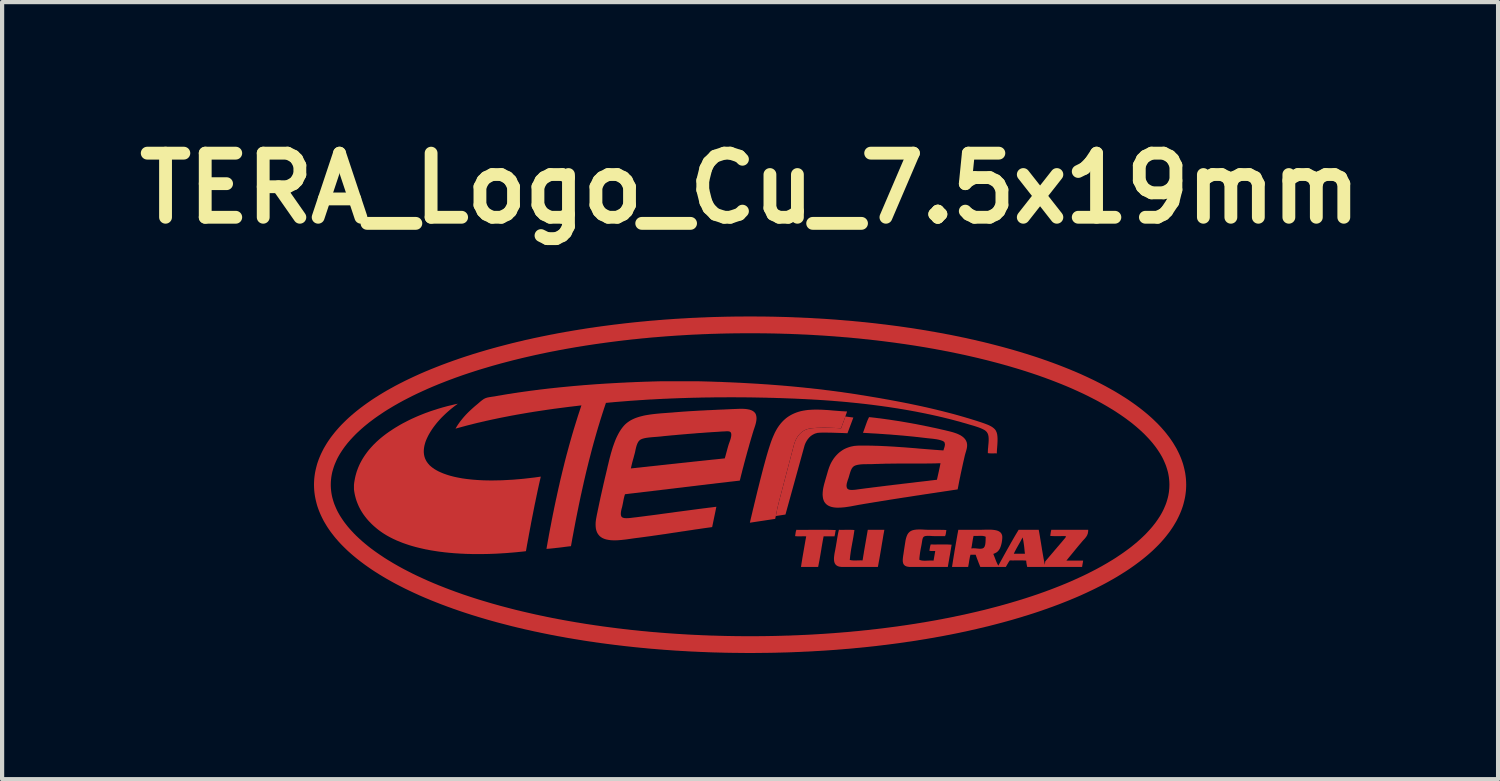
<source format=kicad_pcb>
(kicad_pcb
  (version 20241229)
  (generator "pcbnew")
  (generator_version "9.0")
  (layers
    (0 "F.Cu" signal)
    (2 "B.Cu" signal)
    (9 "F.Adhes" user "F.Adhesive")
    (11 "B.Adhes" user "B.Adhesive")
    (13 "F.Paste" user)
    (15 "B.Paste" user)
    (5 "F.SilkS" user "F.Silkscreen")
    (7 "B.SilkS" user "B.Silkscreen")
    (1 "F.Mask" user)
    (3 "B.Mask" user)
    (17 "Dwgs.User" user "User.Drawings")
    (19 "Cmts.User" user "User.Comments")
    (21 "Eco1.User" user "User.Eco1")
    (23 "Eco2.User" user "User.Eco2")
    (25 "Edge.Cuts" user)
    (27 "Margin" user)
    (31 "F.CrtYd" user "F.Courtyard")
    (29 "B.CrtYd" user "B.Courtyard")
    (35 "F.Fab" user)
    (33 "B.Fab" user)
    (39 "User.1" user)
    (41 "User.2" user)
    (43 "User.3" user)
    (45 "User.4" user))
  (footprint "TERA_Logo_Cu_7.5x19mm"
    (layer "F.Cu")
    (at 14.783 8.474)
    (property "Reference" "TERA_Logo_Cu_7.5x19mm" (at 0 -7.048 0) (layer "F.SilkS") (effects (font (size 1.524 1.524) (thickness 0.305))))
    (attr smd)
    (fp_poly (pts (xy 2.036 1.077) (xy 2.026 1.127) (xy 2.018 1.179) (xy 2.007 1.227) (xy 1.748 1.227) (xy 1.738 1.278) (xy 1.728 1.33) (xy 1.719 1.382) (xy 1.71 1.434) (xy 1.701 1.486) (xy 1.693 1.539) (xy 1.684 1.591) (xy 1.675 1.644) (xy 1.666 1.696) (xy 1.657 1.748) (xy 1.648 1.8) (xy 1.638 1.852) (xy 1.628 1.903) (xy 1.618 1.954) (xy 1.21 1.954) (xy 1.218 1.901) (xy 1.226 1.849) (xy 1.235 1.796) (xy 1.243 1.744) (xy 1.252 1.692) (xy 1.261 1.64) (xy 1.27 1.588) (xy 1.279 1.536) (xy 1.288 1.484) (xy 1.297 1.433) (xy 1.306 1.381) (xy 1.315 1.329) (xy 1.325 1.278) (xy 1.334 1.227) (xy 1.29 1.226) (xy 1.245 1.226) (xy 1.199 1.227) (xy 1.154 1.227) (xy 1.111 1.226) (xy 1.07 1.222) (xy 1.078 1.17) (xy 1.086 1.118) (xy 1.1 1.072) (xy 1.152 1.073) (xy 1.204 1.073) (xy 1.256 1.073) (xy 1.309 1.073) (xy 1.361 1.073) (xy 1.414 1.072) (xy 1.466 1.072) (xy 1.519 1.072) (xy 1.571 1.072) (xy 1.624 1.071) (xy 1.676 1.071) (xy 1.728 1.072) (xy 1.78 1.072) (xy 1.832 1.072) (xy 1.884 1.073) (xy 1.935 1.074) (xy 1.986 1.076) (xy 2.036 1.077) (xy 2.036 1.077)) (stroke (width 0) (type solid)) (fill yes) (layer "F.Cu"))
    (fp_poly (pts (xy 0.648 0.56) (xy 0.687 0.4) (xy 1.013 -0.837) (xy 1.018 -0.855) (xy 1.029 -0.899) (xy 1.046 -0.959) (xy 1.051 -0.978) (xy 1.06 -1.003) (xy 1.071 -1.033) (xy 1.086 -1.067) (xy 1.106 -1.104) (xy 1.129 -1.143) (xy 1.158 -1.181) (xy 1.191 -1.218) (xy 1.23 -1.253) (xy 1.275 -1.284) (xy 1.327 -1.31) (xy 1.385 -1.329) (xy 1.451 -1.341) (xy 1.517 -1.347) (xy 1.585 -1.352) (xy 1.654 -1.354) (xy 1.723 -1.356) (xy 1.791 -1.356) (xy 1.857 -1.355) (xy 1.919 -1.353) (xy 1.977 -1.351) (xy 2.029 -1.349) (xy 2.074 -1.347) (xy 2.111 -1.345) (xy 2.139 -1.343) (xy 2.157 -1.341) (xy 2.163 -1.341) (xy 2.266 -1.622) (xy 2.455 -1.597) (xy 2.315 -1.224) (xy 2.309 -1.224) (xy 2.292 -1.225) (xy 2.264 -1.226) (xy 2.226 -1.228) (xy 2.181 -1.23) (xy 2.129 -1.231) (xy 2.071 -1.233) (xy 2.009 -1.235) (xy 1.943 -1.237) (xy 1.875 -1.238) (xy 1.806 -1.239) (xy 1.737 -1.239) (xy 1.669 -1.238) (xy 1.601 -1.232) (xy 1.541 -1.215) (xy 1.489 -1.189) (xy 1.443 -1.158) (xy 1.405 -1.122) (xy 1.374 -1.085) (xy 1.348 -1.047) (xy 1.328 -1.012) (xy 1.313 -0.981) (xy 1.303 -0.956) (xy 1.297 -0.939) (xy 1.295 -0.933) (xy 0.841 0.709) (xy 0.612 0.744) (xy 0.648 0.56) (xy 0.648 0.56)) (stroke (width 0) (type solid)) (fill yes) (layer "F.Cu"))
    (fp_poly (pts (xy 2.798 1.072) (xy 3.192 1.072) (xy 3.183 1.124) (xy 3.173 1.176) (xy 3.164 1.227) (xy 3.156 1.28) (xy 3.147 1.332) (xy 3.138 1.384) (xy 3.129 1.436) (xy 3.121 1.488) (xy 3.112 1.541) (xy 3.103 1.593) (xy 3.094 1.645) (xy 3.085 1.697) (xy 3.076 1.749) (xy 3.067 1.8) (xy 3.057 1.852) (xy 3.048 1.903) (xy 3.038 1.954) (xy 2.171 1.954) (xy 2.123 1.948) (xy 2.085 1.936) (xy 2.054 1.918) (xy 2.03 1.895) (xy 2.013 1.867) (xy 2.002 1.835) (xy 1.996 1.8) (xy 1.994 1.762) (xy 1.996 1.721) (xy 2.001 1.679) (xy 2.007 1.635) (xy 2.016 1.59) (xy 2.025 1.545) (xy 2.033 1.5) (xy 2.041 1.456) (xy 2.05 1.401) (xy 2.059 1.348) (xy 2.067 1.296) (xy 2.076 1.246) (xy 2.084 1.199) (xy 2.093 1.153) (xy 2.102 1.111) (xy 2.111 1.072) (xy 2.164 1.073) (xy 2.217 1.073) (xy 2.272 1.072) (xy 2.325 1.071) (xy 2.378 1.072) (xy 2.43 1.073) (xy 2.48 1.077) (xy 2.473 1.129) (xy 2.465 1.18) (xy 2.457 1.231) (xy 2.448 1.282) (xy 2.439 1.333) (xy 2.429 1.384) (xy 2.42 1.435) (xy 2.411 1.485) (xy 2.402 1.536) (xy 2.394 1.587) (xy 2.387 1.637) (xy 2.38 1.688) (xy 2.375 1.739) (xy 2.37 1.789) (xy 2.414 1.797) (xy 2.464 1.801) (xy 2.516 1.801) (xy 2.57 1.799) (xy 2.623 1.798) (xy 2.674 1.799) (xy 2.683 1.747) (xy 2.691 1.695) (xy 2.7 1.643) (xy 2.708 1.59) (xy 2.717 1.538) (xy 2.726 1.486) (xy 2.735 1.434) (xy 2.744 1.382) (xy 2.753 1.33) (xy 2.762 1.279) (xy 2.771 1.227) (xy 2.78 1.175) (xy 2.789 1.124) (xy 2.798 1.072) (xy 2.798 1.072)) (stroke (width 0) (type solid)) (fill yes) (layer "F.Cu"))
    (fp_poly (pts (xy 4.791 1.426) (xy 4.783 1.474) (xy 4.775 1.523) (xy 4.767 1.571) (xy 4.759 1.619) (xy 4.751 1.667) (xy 4.742 1.714) (xy 4.734 1.762) (xy 4.726 1.81) (xy 4.717 1.858) (xy 4.709 1.906) (xy 4.701 1.954) (xy 3.78 1.954) (xy 3.726 1.945) (xy 3.686 1.928) (xy 3.658 1.903) (xy 3.64 1.871) (xy 3.631 1.832) (xy 3.629 1.788) (xy 3.633 1.739) (xy 3.64 1.685) (xy 3.647 1.643) (xy 3.653 1.6) (xy 3.659 1.559) (xy 3.665 1.52) (xy 3.673 1.468) (xy 3.681 1.417) (xy 3.689 1.366) (xy 3.697 1.317) (xy 3.708 1.27) (xy 3.722 1.227) (xy 3.739 1.187) (xy 3.761 1.152) (xy 3.789 1.123) (xy 3.823 1.099) (xy 3.864 1.082) (xy 3.91 1.072) (xy 3.959 1.066) (xy 4.008 1.064) (xy 4.059 1.064) (xy 4.111 1.066) (xy 4.162 1.069) (xy 4.213 1.071) (xy 4.263 1.072) (xy 4.312 1.072) (xy 4.361 1.072) (xy 4.41 1.071) (xy 4.46 1.071) (xy 4.51 1.072) (xy 4.561 1.073) (xy 4.613 1.074) (xy 4.666 1.077) (xy 4.659 1.129) (xy 4.651 1.179) (xy 4.636 1.222) (xy 4.382 1.222) (xy 4.33 1.22) (xy 4.275 1.216) (xy 4.221 1.215) (xy 4.172 1.219) (xy 4.133 1.232) (xy 4.109 1.26) (xy 4.096 1.304) (xy 4.088 1.351) (xy 4.08 1.401) (xy 4.071 1.45) (xy 4.061 1.5) (xy 4.052 1.548) (xy 4.044 1.597) (xy 4.037 1.645) (xy 4.031 1.692) (xy 4.026 1.739) (xy 4.024 1.784) (xy 4.061 1.798) (xy 4.106 1.805) (xy 4.155 1.807) (xy 4.207 1.805) (xy 4.261 1.803) (xy 4.313 1.802) (xy 4.362 1.804) (xy 4.37 1.758) (xy 4.378 1.712) (xy 4.386 1.667) (xy 4.394 1.621) (xy 4.402 1.575) (xy 4.354 1.575) (xy 4.305 1.576) (xy 4.263 1.57) (xy 4.271 1.519) (xy 4.28 1.468) (xy 4.293 1.421) (xy 4.342 1.421) (xy 4.392 1.422) (xy 4.443 1.421) (xy 4.494 1.421) (xy 4.545 1.42) (xy 4.595 1.42) (xy 4.645 1.42) (xy 4.695 1.421) (xy 4.743 1.423) (xy 4.791 1.426) (xy 4.791 1.426)) (stroke (width 0) (type solid)) (fill yes) (layer "F.Cu"))
    (fp_poly (pts (xy 0.597 0.812) (xy -0.005 0.903) (xy -0.005 0.9) (xy -0.002 0.89) (xy 0.001 0.875) (xy 0.006 0.854) (xy 0.012 0.828) (xy 0.019 0.797) (xy 0.028 0.761) (xy 0.037 0.721) (xy 0.048 0.677) (xy 0.059 0.629) (xy 0.071 0.577) (xy 0.085 0.523) (xy 0.098 0.466) (xy 0.113 0.406) (xy 0.128 0.344) (xy 0.143 0.281) (xy 0.159 0.216) (xy 0.175 0.149) (xy 0.192 0.082) (xy 0.209 0.014) (xy 0.226 -0.054) (xy 0.243 -0.123) (xy 0.261 -0.191) (xy 0.278 -0.258) (xy 0.295 -0.324) (xy 0.312 -0.389) (xy 0.329 -0.453) (xy 0.346 -0.514) (xy 0.362 -0.574) (xy 0.378 -0.631) (xy 0.393 -0.685) (xy 0.408 -0.736) (xy 0.424 -0.79) (xy 0.44 -0.843) (xy 0.457 -0.896) (xy 0.474 -0.948) (xy 0.491 -1) (xy 0.509 -1.05) (xy 0.528 -1.099) (xy 0.548 -1.147) (xy 0.569 -1.194) (xy 0.59 -1.24) (xy 0.614 -1.285) (xy 0.638 -1.328) (xy 0.664 -1.369) (xy 0.692 -1.409) (xy 0.722 -1.448) (xy 0.753 -1.484) (xy 0.785 -1.518) (xy 0.819 -1.55) (xy 0.855 -1.581) (xy 0.892 -1.609) (xy 0.932 -1.635) (xy 0.973 -1.659) (xy 1.016 -1.681) (xy 1.06 -1.701) (xy 1.107 -1.719) (xy 1.156 -1.735) (xy 1.206 -1.749) (xy 1.259 -1.76) (xy 1.313 -1.769) (xy 1.37 -1.777) (xy 1.429 -1.781) (xy 1.483 -1.784) (xy 1.536 -1.786) (xy 1.589 -1.786) (xy 1.642 -1.785) (xy 1.694 -1.784) (xy 1.745 -1.781) (xy 1.797 -1.778) (xy 1.848 -1.775) (xy 1.899 -1.771) (xy 1.95 -1.766) (xy 2 -1.762) (xy 2.051 -1.758) (xy 2.101 -1.754) (xy 2.152 -1.75) (xy 2.203 -1.747) (xy 2.254 -1.744) (xy 2.305 -1.742) (xy 2.293 -1.701) (xy 2.278 -1.663) (xy 2.266 -1.622) (xy 2.163 -1.341) (xy 2.157 -1.341) (xy 2.139 -1.343) (xy 2.111 -1.345) (xy 2.074 -1.347) (xy 2.029 -1.349) (xy 1.977 -1.351) (xy 1.919 -1.353) (xy 1.857 -1.355) (xy 1.791 -1.356) (xy 1.723 -1.356) (xy 1.654 -1.354) (xy 1.585 -1.352) (xy 1.517 -1.347) (xy 1.451 -1.341) (xy 1.385 -1.329) (xy 1.327 -1.31) (xy 1.275 -1.284) (xy 1.23 -1.253) (xy 1.191 -1.218) (xy 1.158 -1.181) (xy 1.129 -1.143) (xy 1.106 -1.104) (xy 1.086 -1.067) (xy 1.071 -1.033) (xy 1.06 -1.003) (xy 1.051 -0.978) (xy 1.046 -0.959) (xy 1.029 -0.899) (xy 1.018 -0.855) (xy 1.013 -0.837) (xy 0.687 0.4) (xy 0.648 0.56) (xy 0.612 0.744) (xy 0.602 0.786) (xy 0.597 0.812)) (stroke (width 0) (type solid)) (fill yes) (layer "F.Cu"))
    (fp_poly (pts (xy 8.038 1.072) (xy 8.038 1.102) (xy 8.03 1.156) (xy 8.013 1.202) (xy 7.988 1.242) (xy 7.959 1.279) (xy 7.926 1.314) (xy 7.893 1.351) (xy 7.862 1.389) (xy 7.83 1.426) (xy 7.798 1.464) (xy 7.767 1.502) (xy 7.735 1.541) (xy 7.704 1.579) (xy 7.673 1.617) (xy 7.642 1.655) (xy 7.611 1.692) (xy 7.58 1.73) (xy 7.55 1.767) (xy 7.52 1.804) (xy 7.918 1.804) (xy 7.91 1.855) (xy 7.901 1.904) (xy 7.893 1.954) (xy 6.588 1.954) (xy 6.528 1.59) (xy 6.523 1.54) (xy 6.518 1.49) (xy 6.512 1.44) (xy 6.505 1.391) (xy 6.498 1.343) (xy 6.489 1.297) (xy 6.479 1.252) (xy 6.456 1.295) (xy 6.433 1.338) (xy 6.409 1.381) (xy 6.385 1.423) (xy 6.361 1.466) (xy 6.337 1.508) (xy 6.314 1.551) (xy 6.291 1.595) (xy 6.27 1.64) (xy 6.534 1.64) (xy 6.528 1.59) (xy 6.588 1.954) (xy 6.578 1.906) (xy 6.569 1.857) (xy 6.564 1.804) (xy 6.518 1.801) (xy 6.47 1.799) (xy 6.422 1.799) (xy 6.372 1.799) (xy 6.323 1.799) (xy 6.273 1.8) (xy 6.224 1.8) (xy 6.175 1.799) (xy 6.149 1.836) (xy 6.126 1.875) (xy 6.103 1.914) (xy 6.081 1.954) (xy 5.473 1.954) (xy 5.553 1.501) (xy 5.575 1.471) (xy 5.589 1.428) (xy 5.596 1.379) (xy 5.599 1.326) (xy 5.6 1.277) (xy 5.602 1.237) (xy 5.565 1.223) (xy 5.52 1.216) (xy 5.469 1.215) (xy 5.416 1.217) (xy 5.364 1.218) (xy 5.313 1.217) (xy 5.302 1.265) (xy 5.293 1.314) (xy 5.285 1.365) (xy 5.277 1.416) (xy 5.269 1.467) (xy 5.259 1.515) (xy 5.304 1.511) (xy 5.351 1.512) (xy 5.398 1.517) (xy 5.443 1.521) (xy 5.485 1.522) (xy 5.522 1.516) (xy 5.553 1.501) (xy 5.553 1.501) (xy 5.473 1.954) (xy 5.454 1.906) (xy 5.435 1.859) (xy 5.417 1.811) (xy 5.398 1.763) (xy 5.38 1.714) (xy 5.363 1.665) (xy 5.239 1.665) (xy 5.227 1.711) (xy 5.218 1.758) (xy 5.209 1.807) (xy 5.202 1.857) (xy 5.193 1.906) (xy 5.184 1.954) (xy 4.801 1.954) (xy 4.809 1.901) (xy 4.817 1.849) (xy 4.825 1.797) (xy 4.834 1.744) (xy 4.842 1.692) (xy 4.851 1.64) (xy 4.859 1.588) (xy 4.868 1.536) (xy 4.877 1.485) (xy 4.886 1.433) (xy 4.895 1.381) (xy 4.904 1.33) (xy 4.913 1.278) (xy 4.922 1.227) (xy 4.931 1.175) (xy 4.941 1.124) (xy 4.95 1.072) (xy 5.433 1.072) (xy 5.483 1.072) (xy 5.534 1.07) (xy 5.585 1.069) (xy 5.636 1.068) (xy 5.686 1.068) (xy 5.735 1.069) (xy 5.782 1.073) (xy 5.825 1.079) (xy 5.866 1.088) (xy 5.902 1.101) (xy 5.933 1.119) (xy 5.959 1.141) (xy 5.978 1.168) (xy 5.991 1.202) (xy 5.996 1.237) (xy 5.995 1.28) (xy 5.99 1.329) (xy 5.982 1.379) (xy 5.97 1.428) (xy 5.956 1.473) (xy 5.941 1.511) (xy 5.918 1.55) (xy 5.892 1.582) (xy 5.86 1.608) (xy 5.824 1.628) (xy 5.782 1.645) (xy 5.801 1.692) (xy 5.82 1.74) (xy 5.838 1.788) (xy 5.857 1.835) (xy 5.878 1.88) (xy 5.901 1.924) (xy 5.926 1.879) (xy 5.951 1.833) (xy 5.976 1.788) (xy 6.001 1.743) (xy 6.026 1.697) (xy 6.051 1.652) (xy 6.076 1.607) (xy 6.101 1.562) (xy 6.126 1.517) (xy 6.152 1.472) (xy 6.177 1.427) (xy 6.202 1.382) (xy 6.228 1.337) (xy 6.253 1.293) (xy 6.279 1.248) (xy 6.305 1.204) (xy 6.331 1.16) (xy 6.358 1.116) (xy 6.384 1.072) (xy 6.862 1.072) (xy 6.872 1.124) (xy 6.881 1.176) (xy 6.89 1.228) (xy 6.898 1.28) (xy 6.907 1.333) (xy 6.916 1.385) (xy 6.924 1.438) (xy 6.933 1.49) (xy 6.941 1.543) (xy 6.95 1.595) (xy 6.959 1.647) (xy 6.968 1.699) (xy 6.977 1.751) (xy 6.987 1.802) (xy 6.997 1.853) (xy 7.007 1.904) (xy 7.012 1.864) (xy 7.017 1.824) (xy 7.048 1.787) (xy 7.079 1.75) (xy 7.111 1.712) (xy 7.144 1.674) (xy 7.176 1.636) (xy 7.209 1.598) (xy 7.241 1.559) (xy 7.274 1.521) (xy 7.306 1.483) (xy 7.339 1.445) (xy 7.371 1.407) (xy 7.403 1.37) (xy 7.434 1.333) (xy 7.465 1.296) (xy 7.498 1.257) (xy 7.51 1.222) (xy 7.463 1.221) (xy 7.416 1.221) (xy 7.368 1.222) (xy 7.32 1.222) (xy 7.272 1.223) (xy 7.226 1.222) (xy 7.18 1.22) (xy 7.136 1.217) (xy 7.143 1.167) (xy 7.15 1.118) (xy 7.161 1.072) (xy 8.038 1.072) (xy 8.038 1.072)) (stroke (width 0) (type solid)) (fill yes) (layer "F.Cu"))
    (fp_poly (pts (xy -4.976 -0.193) (xy -4.987 -0.143) (xy -4.999 -0.094) (xy -5.01 -0.044) (xy -5.021 0.005) (xy -5.032 0.055) (xy -5.043 0.105) (xy -5.054 0.155) (xy -5.064 0.205) (xy -5.075 0.255) (xy -5.085 0.305) (xy -5.096 0.356) (xy -5.106 0.406) (xy -5.117 0.456) (xy -5.127 0.507) (xy -5.137 0.557) (xy -5.147 0.608) (xy -5.157 0.659) (xy -5.167 0.71) (xy -5.177 0.76) (xy -5.187 0.811) (xy -5.197 0.862) (xy -5.207 0.913) (xy -5.216 0.964) (xy -5.226 1.015) (xy -5.236 1.067) (xy -5.245 1.118) (xy -5.255 1.169) (xy -5.264 1.22) (xy -5.273 1.272) (xy -5.283 1.323) (xy -5.292 1.374) (xy -5.302 1.426) (xy -5.311 1.477) (xy -5.32 1.529) (xy -5.329 1.58) (xy -5.385 1.587) (xy -5.44 1.593) (xy -5.495 1.598) (xy -5.551 1.604) (xy -5.607 1.609) (xy -5.663 1.614) (xy -5.718 1.618) (xy -5.774 1.623) (xy -5.83 1.627) (xy -5.886 1.63) (xy -5.943 1.634) (xy -5.999 1.637) (xy -6.055 1.64) (xy -6.111 1.642) (xy -6.167 1.644) (xy -6.223 1.646) (xy -6.279 1.647) (xy -6.335 1.648) (xy -6.391 1.649) (xy -6.447 1.649) (xy -6.502 1.649) (xy -6.558 1.648) (xy -6.613 1.648) (xy -6.668 1.646) (xy -6.723 1.645) (xy -6.778 1.643) (xy -6.833 1.64) (xy -6.888 1.638) (xy -6.942 1.634) (xy -6.996 1.631) (xy -7.05 1.627) (xy -7.103 1.622) (xy -7.157 1.618) (xy -7.21 1.612) (xy -7.262 1.607) (xy -7.315 1.6) (xy -7.367 1.594) (xy -7.418 1.587) (xy -7.47 1.579) (xy -7.521 1.571) (xy -7.571 1.563) (xy -7.622 1.554) (xy -7.671 1.544) (xy -7.721 1.535) (xy -7.77 1.524) (xy -7.818 1.513) (xy -7.866 1.502) (xy -7.914 1.49) (xy -7.961 1.478) (xy -8.007 1.465) (xy -8.053 1.452) (xy -8.099 1.438) (xy -8.144 1.423) (xy -8.188 1.408) (xy -8.232 1.393) (xy -8.275 1.377) (xy -8.317 1.36) (xy -8.359 1.343) (xy -8.401 1.326) (xy -8.441 1.307) (xy -8.481 1.289) (xy -8.521 1.269) (xy -8.56 1.249) (xy -8.597 1.229) (xy -8.635 1.208) (xy -8.671 1.186) (xy -8.707 1.164) (xy -8.742 1.141) (xy -8.776 1.117) (xy -8.81 1.093) (xy -8.842 1.069) (xy -8.874 1.043) (xy -8.905 1.017) (xy -8.941 0.986) (xy -8.977 0.953) (xy -9.011 0.92) (xy -9.045 0.885) (xy -9.078 0.85) (xy -9.11 0.813) (xy -9.14 0.775) (xy -9.17 0.736) (xy -9.199 0.696) (xy -9.226 0.654) (xy -9.252 0.612) (xy -9.276 0.568) (xy -9.299 0.523) (xy -9.32 0.476) (xy -9.34 0.428) (xy -9.358 0.379) (xy -9.374 0.328) (xy -9.388 0.276) (xy -9.4 0.223) (xy -9.41 0.168) (xy -9.418 0.111) (xy -9.418 0.006) (xy -9.412 -0.05) (xy -9.403 -0.104) (xy -9.393 -0.158) (xy -9.381 -0.211) (xy -9.367 -0.262) (xy -9.352 -0.313) (xy -9.334 -0.362) (xy -9.316 -0.41) (xy -9.295 -0.458) (xy -9.274 -0.504) (xy -9.25 -0.549) (xy -9.226 -0.593) (xy -9.2 -0.636) (xy -9.173 -0.678) (xy -9.145 -0.719) (xy -9.116 -0.759) (xy -9.086 -0.799) (xy -9.055 -0.837) (xy -9.023 -0.874) (xy -8.99 -0.91) (xy -8.957 -0.946) (xy -8.922 -0.98) (xy -8.888 -1.014) (xy -8.852 -1.047) (xy -8.816 -1.079) (xy -8.78 -1.11) (xy -8.743 -1.14) (xy -8.706 -1.169) (xy -8.668 -1.198) (xy -8.631 -1.225) (xy -8.593 -1.252) (xy -8.555 -1.278) (xy -8.517 -1.303) (xy -8.476 -1.33) (xy -8.435 -1.356) (xy -8.393 -1.381) (xy -8.351 -1.406) (xy -8.308 -1.431) (xy -8.265 -1.455) (xy -8.221 -1.478) (xy -8.176 -1.501) (xy -8.132 -1.524) (xy -8.087 -1.546) (xy -8.041 -1.568) (xy -7.995 -1.589) (xy -7.948 -1.61) (xy -7.902 -1.63) (xy -7.854 -1.65) (xy -7.807 -1.669) (xy -7.759 -1.688) (xy -7.71 -1.707) (xy -7.662 -1.724) (xy -7.613 -1.742) (xy -7.563 -1.759) (xy -7.513 -1.775) (xy -7.463 -1.791) (xy -7.413 -1.807) (xy -7.362 -1.822) (xy -7.312 -1.837) (xy -7.26 -1.851) (xy -7.209 -1.865) (xy -7.157 -1.878) (xy -7.105 -1.89) (xy -7.053 -1.903) (xy -7.001 -1.915) (xy -6.948 -1.926) (xy -6.989 -1.896) (xy -7.03 -1.865) (xy -7.07 -1.834) (xy -7.11 -1.802) (xy -7.149 -1.769) (xy -7.188 -1.735) (xy -7.226 -1.701) (xy -7.263 -1.666) (xy -7.3 -1.63) (xy -7.336 -1.594) (xy -7.372 -1.556) (xy -7.406 -1.518) (xy -7.44 -1.479) (xy -7.472 -1.439) (xy -7.504 -1.398) (xy -7.535 -1.356) (xy -7.565 -1.313) (xy -7.593 -1.269) (xy -7.62 -1.224) (xy -7.642 -1.186) (xy -7.662 -1.147) (xy -7.682 -1.105) (xy -7.701 -1.062) (xy -7.718 -1.017) (xy -7.732 -0.97) (xy -7.744 -0.923) (xy -7.752 -0.875) (xy -7.757 -0.826) (xy -7.758 -0.778) (xy -7.754 -0.729) (xy -7.745 -0.681) (xy -7.73 -0.631) (xy -7.709 -0.585) (xy -7.685 -0.543) (xy -7.655 -0.503) (xy -7.623 -0.466) (xy -7.586 -0.433) (xy -7.547 -0.402) (xy -7.505 -0.373) (xy -7.462 -0.347) (xy -7.416 -0.322) (xy -7.378 -0.304) (xy -7.339 -0.287) (xy -7.299 -0.27) (xy -7.258 -0.255) (xy -7.215 -0.24) (xy -7.172 -0.226) (xy -7.128 -0.213) (xy -7.082 -0.201) (xy -7.036 -0.189) (xy -6.989 -0.179) (xy -6.941 -0.169) (xy -6.892 -0.16) (xy -6.843 -0.151) (xy -6.793 -0.144) (xy -6.742 -0.137) (xy -6.69 -0.131) (xy -6.638 -0.125) (xy -6.586 -0.12) (xy -6.533 -0.116) (xy -6.48 -0.112) (xy -6.426 -0.109) (xy -6.372 -0.106) (xy -6.317 -0.104) (xy -6.262 -0.103) (xy -6.207 -0.102) (xy -6.152 -0.102) (xy -6.097 -0.102) (xy -6.041 -0.103) (xy -5.986 -0.104) (xy -5.93 -0.105) (xy -5.875 -0.107) (xy -5.819 -0.11) (xy -5.764 -0.113) (xy -5.709 -0.116) (xy -5.654 -0.119) (xy -5.599 -0.123) (xy -5.545 -0.128) (xy -5.491 -0.132) (xy -5.437 -0.137) (xy -5.383 -0.142) (xy -5.33 -0.148) (xy -5.278 -0.154) (xy -5.226 -0.16) (xy -5.175 -0.166) (xy -5.124 -0.172) (xy -5.074 -0.179) (xy -5.025 -0.186) (xy -4.976 -0.193)) (stroke (width 0) (type solid)) (fill yes) (layer "F.Cu"))
    (fp_poly (pts (xy 5.159 -0.96) (xy 4.442 -0.118) (xy 4.453 -0.167) (xy 4.464 -0.216) (xy 4.475 -0.265) (xy 4.486 -0.314) (xy 4.496 -0.363) (xy 4.507 -0.412) (xy 4.517 -0.461) (xy 4.527 -0.511) (xy 4.477 -0.51) (xy 4.427 -0.508) (xy 4.377 -0.507) (xy 4.327 -0.506) (xy 4.275 -0.505) (xy 4.224 -0.505) (xy 4.172 -0.504) (xy 4.12 -0.504) (xy 4.067 -0.504) (xy 4.015 -0.503) (xy 3.962 -0.503) (xy 3.909 -0.503) (xy 3.855 -0.503) (xy 3.802 -0.503) (xy 3.748 -0.503) (xy 3.695 -0.503) (xy 3.641 -0.503) (xy 3.587 -0.503) (xy 3.534 -0.503) (xy 3.48 -0.503) (xy 3.427 -0.502) (xy 3.373 -0.502) (xy 3.32 -0.501) (xy 3.267 -0.501) (xy 3.214 -0.5) (xy 3.161 -0.498) (xy 3.108 -0.497) (xy 3.056 -0.495) (xy 3.004 -0.494) (xy 2.953 -0.492) (xy 2.899 -0.49) (xy 2.845 -0.489) (xy 2.79 -0.489) (xy 2.737 -0.488) (xy 2.685 -0.487) (xy 2.635 -0.484) (xy 2.588 -0.478) (xy 2.544 -0.47) (xy 2.504 -0.458) (xy 2.47 -0.442) (xy 2.441 -0.417) (xy 2.416 -0.382) (xy 2.396 -0.34) (xy 2.379 -0.292) (xy 2.364 -0.242) (xy 2.35 -0.193) (xy 2.339 -0.157) (xy 2.324 -0.116) (xy 2.31 -0.071) (xy 2.298 -0.026) (xy 2.292 0.018) (xy 2.296 0.058) (xy 2.31 0.091) (xy 2.337 0.111) (xy 2.375 0.122) (xy 2.421 0.124) (xy 2.47 0.122) (xy 2.517 0.117) (xy 2.559 0.111) (xy 2.612 0.104) (xy 2.665 0.097) (xy 2.718 0.09) (xy 2.771 0.083) (xy 2.823 0.077) (xy 2.876 0.07) (xy 2.929 0.063) (xy 2.981 0.057) (xy 3.034 0.05) (xy 3.086 0.044) (xy 3.139 0.037) (xy 3.191 0.031) (xy 3.243 0.024) (xy 3.296 0.018) (xy 3.348 0.012) (xy 3.4 0.005) (xy 3.452 -0.001) (xy 3.505 -0.007) (xy 3.557 -0.013) (xy 3.609 -0.02) (xy 3.661 -0.026) (xy 3.713 -0.032) (xy 3.765 -0.038) (xy 3.817 -0.044) (xy 3.87 -0.05) (xy 3.922 -0.057) (xy 3.974 -0.063) (xy 4.026 -0.069) (xy 4.078 -0.075) (xy 4.13 -0.081) (xy 4.182 -0.087) (xy 4.234 -0.093) (xy 4.286 -0.1) (xy 4.338 -0.106) (xy 4.39 -0.112) (xy 4.442 -0.118) (xy 4.442 -0.118) (xy 5.159 -0.96) (xy 5.159 -0.915) (xy 5.153 -0.869) (xy 5.142 -0.824) (xy 5.129 -0.779) (xy 5.116 -0.735) (xy 5.104 -0.691) (xy 5.093 -0.642) (xy 5.082 -0.593) (xy 5.07 -0.543) (xy 5.059 -0.493) (xy 5.048 -0.443) (xy 5.037 -0.392) (xy 5.026 -0.342) (xy 5.015 -0.291) (xy 5.004 -0.24) (xy 4.994 -0.189) (xy 4.983 -0.138) (xy 4.973 -0.088) (xy 4.963 -0.038) (xy 4.954 0.012) (xy 4.944 0.062) (xy 4.935 0.111) (xy 4.883 0.119) (xy 4.832 0.126) (xy 4.781 0.134) (xy 4.729 0.142) (xy 4.678 0.15) (xy 4.627 0.157) (xy 4.576 0.165) (xy 4.525 0.173) (xy 4.474 0.18) (xy 4.423 0.188) (xy 4.372 0.196) (xy 4.321 0.203) (xy 4.27 0.211) (xy 4.219 0.219) (xy 4.168 0.226) (xy 4.117 0.234) (xy 4.066 0.242) (xy 4.016 0.25) (xy 3.965 0.257) (xy 3.914 0.265) (xy 3.863 0.273) (xy 3.812 0.281) (xy 3.761 0.289) (xy 3.711 0.297) (xy 3.66 0.304) (xy 3.609 0.312) (xy 3.558 0.32) (xy 3.507 0.328) (xy 3.456 0.336) (xy 3.405 0.344) (xy 3.354 0.352) (xy 3.303 0.36) (xy 3.252 0.369) (xy 3.201 0.377) (xy 3.15 0.385) (xy 3.098 0.393) (xy 3.047 0.402) (xy 2.996 0.41) (xy 2.944 0.418) (xy 2.893 0.427) (xy 2.841 0.435) (xy 2.789 0.444) (xy 2.738 0.452) (xy 2.686 0.461) (xy 2.634 0.47) (xy 2.595 0.476) (xy 2.554 0.484) (xy 2.512 0.492) (xy 2.468 0.5) (xy 2.423 0.509) (xy 2.377 0.517) (xy 2.331 0.524) (xy 2.284 0.531) (xy 2.238 0.537) (xy 2.191 0.541) (xy 2.146 0.544) (xy 2.101 0.545) (xy 2.058 0.545) (xy 2.015 0.542) (xy 1.975 0.536) (xy 1.937 0.528) (xy 1.9 0.516) (xy 1.867 0.501) (xy 1.836 0.483) (xy 1.809 0.461) (xy 1.785 0.435) (xy 1.764 0.405) (xy 1.748 0.37) (xy 1.735 0.33) (xy 1.728 0.285) (xy 1.724 0.234) (xy 1.726 0.183) (xy 1.731 0.131) (xy 1.739 0.08) (xy 1.75 0.03) (xy 1.762 -0.019) (xy 1.776 -0.067) (xy 1.789 -0.114) (xy 1.802 -0.158) (xy 1.817 -0.21) (xy 1.832 -0.261) (xy 1.846 -0.311) (xy 1.861 -0.359) (xy 1.877 -0.407) (xy 1.895 -0.453) (xy 1.914 -0.497) (xy 1.937 -0.541) (xy 1.962 -0.583) (xy 1.989 -0.624) (xy 2.018 -0.662) (xy 2.049 -0.698) (xy 2.082 -0.732) (xy 2.117 -0.764) (xy 2.155 -0.793) (xy 2.194 -0.82) (xy 2.235 -0.845) (xy 2.279 -0.866) (xy 2.325 -0.884) (xy 2.372 -0.9) (xy 2.422 -0.912) (xy 2.474 -0.922) (xy 2.528 -0.927) (xy 2.584 -0.93) (xy 2.64 -0.93) (xy 2.696 -0.93) (xy 2.751 -0.93) (xy 2.805 -0.93) (xy 2.86 -0.929) (xy 2.914 -0.928) (xy 2.968 -0.926) (xy 3.022 -0.925) (xy 3.075 -0.923) (xy 3.128 -0.921) (xy 3.181 -0.918) (xy 3.233 -0.916) (xy 3.286 -0.913) (xy 3.338 -0.91) (xy 3.39 -0.907) (xy 3.441 -0.904) (xy 3.493 -0.9) (xy 3.544 -0.897) (xy 3.595 -0.893) (xy 3.646 -0.89) (xy 3.697 -0.886) (xy 3.748 -0.882) (xy 3.798 -0.878) (xy 3.849 -0.874) (xy 3.899 -0.87) (xy 3.949 -0.866) (xy 3.999 -0.861) (xy 4.049 -0.857) (xy 4.099 -0.853) (xy 4.149 -0.849) (xy 4.199 -0.845) (xy 4.248 -0.841) (xy 4.298 -0.837) (xy 4.348 -0.833) (xy 4.398 -0.829) (xy 4.447 -0.826) (xy 4.497 -0.822) (xy 4.547 -0.819) (xy 4.596 -0.815) (xy 4.609 -0.857) (xy 4.624 -0.904) (xy 4.633 -0.953) (xy 4.626 -0.999) (xy 4.609 -1.022) (xy 4.579 -1.041) (xy 4.538 -1.056) (xy 4.49 -1.069) (xy 4.436 -1.08) (xy 4.38 -1.088) (xy 4.324 -1.095) (xy 4.272 -1.1) (xy 4.225 -1.105) (xy 4.188 -1.109) (xy 4.138 -1.115) (xy 4.087 -1.121) (xy 4.036 -1.127) (xy 3.985 -1.133) (xy 3.934 -1.138) (xy 3.882 -1.144) (xy 3.83 -1.149) (xy 3.778 -1.154) (xy 3.726 -1.159) (xy 3.674 -1.164) (xy 3.622 -1.169) (xy 3.569 -1.173) (xy 3.517 -1.178) (xy 3.464 -1.182) (xy 3.411 -1.186) (xy 3.359 -1.191) (xy 3.306 -1.195) (xy 3.253 -1.198) (xy 3.201 -1.202) (xy 3.148 -1.206) (xy 3.096 -1.209) (xy 3.044 -1.213) (xy 2.992 -1.216) (xy 2.94 -1.219) (xy 2.888 -1.222) (xy 2.837 -1.225) (xy 2.786 -1.228) (xy 2.735 -1.231) (xy 2.684 -1.234) (xy 2.701 -1.28) (xy 2.719 -1.33) (xy 2.737 -1.381) (xy 2.755 -1.431) (xy 2.773 -1.481) (xy 2.791 -1.528) (xy 2.81 -1.57) (xy 2.828 -1.607) (xy 2.881 -1.602) (xy 2.934 -1.596) (xy 2.986 -1.59) (xy 3.039 -1.583) (xy 3.092 -1.577) (xy 3.144 -1.57) (xy 3.197 -1.563) (xy 3.249 -1.555) (xy 3.302 -1.548) (xy 3.354 -1.54) (xy 3.407 -1.532) (xy 3.459 -1.524) (xy 3.512 -1.516) (xy 3.564 -1.508) (xy 3.616 -1.499) (xy 3.668 -1.49) (xy 3.72 -1.481) (xy 3.772 -1.472) (xy 3.824 -1.463) (xy 3.876 -1.453) (xy 3.928 -1.444) (xy 3.979 -1.434) (xy 4.03 -1.424) (xy 4.082 -1.414) (xy 4.133 -1.404) (xy 4.183 -1.393) (xy 4.234 -1.383) (xy 4.285 -1.372) (xy 4.335 -1.361) (xy 4.385 -1.351) (xy 4.435 -1.34) (xy 4.485 -1.329) (xy 4.534 -1.317) (xy 4.583 -1.306) (xy 4.632 -1.295) (xy 4.681 -1.283) (xy 4.727 -1.272) (xy 4.775 -1.26) (xy 4.823 -1.247) (xy 4.871 -1.231) (xy 4.919 -1.214) (xy 4.964 -1.194) (xy 5.007 -1.172) (xy 5.046 -1.146) (xy 5.081 -1.117) (xy 5.111 -1.084) (xy 5.134 -1.047) (xy 5.151 -1.006) (xy 5.159 -0.96)) (stroke (width 0) (type solid)) (fill yes) (layer "F.Cu"))
    (fp_poly (pts (xy 0.139 -1.667) (xy -0.518 -0.93) (xy -0.508 -0.962) (xy -0.492 -1.006) (xy -0.474 -1.057) (xy -0.458 -1.11) (xy -0.448 -1.162) (xy -0.447 -1.208) (xy -0.459 -1.244) (xy -0.481 -1.262) (xy -0.515 -1.27) (xy -0.557 -1.271) (xy -0.603 -1.268) (xy -0.653 -1.266) (xy -0.703 -1.263) (xy -0.754 -1.259) (xy -0.804 -1.256) (xy -0.855 -1.253) (xy -0.907 -1.25) (xy -0.958 -1.246) (xy -1.01 -1.243) (xy -1.062 -1.239) (xy -1.114 -1.235) (xy -1.166 -1.231) (xy -1.219 -1.228) (xy -1.271 -1.224) (xy -1.324 -1.219) (xy -1.376 -1.215) (xy -1.429 -1.211) (xy -1.481 -1.207) (xy -1.534 -1.202) (xy -1.587 -1.198) (xy -1.639 -1.193) (xy -1.692 -1.189) (xy -1.744 -1.184) (xy -1.796 -1.179) (xy -1.849 -1.175) (xy -1.9 -1.17) (xy -1.952 -1.165) (xy -2.004 -1.16) (xy -2.055 -1.155) (xy -2.106 -1.149) (xy -2.157 -1.144) (xy -2.204 -1.14) (xy -2.255 -1.136) (xy -2.308 -1.132) (xy -2.363 -1.127) (xy -2.418 -1.121) (xy -2.47 -1.114) (xy -2.52 -1.104) (xy -2.564 -1.091) (xy -2.601 -1.075) (xy -2.63 -1.054) (xy -2.658 -1.021) (xy -2.68 -0.979) (xy -2.698 -0.931) (xy -2.712 -0.881) (xy -2.724 -0.829) (xy -2.734 -0.78) (xy -2.745 -0.736) (xy -2.759 -0.685) (xy -2.772 -0.635) (xy -2.786 -0.587) (xy -2.799 -0.539) (xy -2.811 -0.49) (xy -2.823 -0.44) (xy -2.834 -0.387) (xy -2.783 -0.393) (xy -2.731 -0.398) (xy -2.679 -0.404) (xy -2.627 -0.409) (xy -2.575 -0.415) (xy -2.523 -0.421) (xy -2.472 -0.426) (xy -2.42 -0.432) (xy -2.368 -0.438) (xy -2.316 -0.443) (xy -2.264 -0.449) (xy -2.213 -0.454) (xy -2.161 -0.46) (xy -2.109 -0.466) (xy -2.057 -0.471) (xy -2.005 -0.477) (xy -1.953 -0.483) (xy -1.902 -0.488) (xy -1.85 -0.494) (xy -1.798 -0.499) (xy -1.746 -0.505) (xy -1.694 -0.511) (xy -1.642 -0.516) (xy -1.59 -0.522) (xy -1.538 -0.527) (xy -1.487 -0.533) (xy -1.435 -0.538) (xy -1.383 -0.544) (xy -1.331 -0.55) (xy -1.279 -0.555) (xy -1.227 -0.561) (xy -1.175 -0.566) (xy -1.123 -0.572) (xy -1.071 -0.577) (xy -1.019 -0.583) (xy -0.967 -0.588) (xy -0.915 -0.594) (xy -0.863 -0.599) (xy -0.811 -0.604) (xy -0.759 -0.61) (xy -0.707 -0.615) (xy -0.655 -0.621) (xy -0.603 -0.626) (xy -0.587 -0.677) (xy -0.574 -0.726) (xy -0.561 -0.774) (xy -0.548 -0.822) (xy -0.534 -0.874) (xy -0.518 -0.93) (xy 0.139 -1.667) (xy 0.149 -1.625) (xy 0.153 -1.581) (xy 0.15 -1.535) (xy 0.142 -1.488) (xy 0.131 -1.441) (xy 0.117 -1.394) (xy 0.102 -1.349) (xy 0.087 -1.305) (xy 0.074 -1.263) (xy 0.059 -1.215) (xy 0.045 -1.166) (xy 0.03 -1.117) (xy 0.015 -1.066) (xy 0.000277 -1.015) (xy -0.015 -0.963) (xy -0.029 -0.911) (xy -0.044 -0.858) (xy -0.059 -0.806) (xy -0.074 -0.753) (xy -0.088 -0.7) (xy -0.103 -0.647) (xy -0.117 -0.594) (xy -0.131 -0.542) (xy -0.145 -0.49) (xy -0.158 -0.438) (xy -0.172 -0.387) (xy -0.185 -0.337) (xy -0.197 -0.287) (xy -0.21 -0.238) (xy -0.222 -0.19) (xy -0.233 -0.144) (xy -0.245 -0.098) (xy -0.297 -0.092) (xy -0.35 -0.086) (xy -0.402 -0.08) (xy -0.455 -0.074) (xy -0.508 -0.068) (xy -0.56 -0.061) (xy -0.613 -0.055) (xy -0.665 -0.049) (xy -0.718 -0.043) (xy -0.77 -0.037) (xy -0.823 -0.031) (xy -0.875 -0.024) (xy -0.928 -0.018) (xy -0.98 -0.012) (xy -1.033 -0.006) (xy -1.085 0.001) (xy -1.138 0.007) (xy -1.19 0.013) (xy -1.242 0.019) (xy -1.295 0.026) (xy -1.347 0.032) (xy -1.4 0.038) (xy -1.452 0.045) (xy -1.505 0.051) (xy -1.557 0.057) (xy -1.609 0.064) (xy -1.662 0.07) (xy -1.714 0.076) (xy -1.767 0.082) (xy -1.819 0.089) (xy -1.871 0.095) (xy -1.924 0.101) (xy -1.976 0.108) (xy -2.029 0.114) (xy -2.081 0.12) (xy -2.134 0.127) (xy -2.186 0.133) (xy -2.238 0.139) (xy -2.291 0.145) (xy -2.343 0.152) (xy -2.396 0.158) (xy -2.448 0.164) (xy -2.501 0.17) (xy -2.553 0.176) (xy -2.606 0.183) (xy -2.658 0.189) (xy -2.711 0.195) (xy -2.763 0.201) (xy -2.816 0.207) (xy -2.869 0.213) (xy -2.921 0.22) (xy -2.974 0.226) (xy -2.987 0.266) (xy -2.997 0.307) (xy -3.007 0.35) (xy -3.015 0.394) (xy -3.024 0.441) (xy -3.034 0.489) (xy -3.043 0.53) (xy -3.056 0.576) (xy -3.067 0.626) (xy -3.073 0.675) (xy -3.072 0.721) (xy -3.059 0.758) (xy -3.032 0.781) (xy -2.991 0.793) (xy -2.942 0.796) (xy -2.888 0.794) (xy -2.836 0.789) (xy -2.79 0.783) (xy -2.738 0.777) (xy -2.686 0.771) (xy -2.634 0.764) (xy -2.582 0.758) (xy -2.53 0.751) (xy -2.477 0.744) (xy -2.425 0.737) (xy -2.372 0.731) (xy -2.319 0.724) (xy -2.266 0.717) (xy -2.213 0.71) (xy -2.16 0.703) (xy -2.107 0.695) (xy -2.054 0.688) (xy -2.001 0.681) (xy -1.948 0.674) (xy -1.895 0.667) (xy -1.842 0.66) (xy -1.789 0.652) (xy -1.736 0.645) (xy -1.683 0.638) (xy -1.63 0.631) (xy -1.577 0.624) (xy -1.524 0.617) (xy -1.472 0.61) (xy -1.419 0.603) (xy -1.367 0.596) (xy -1.314 0.589) (xy -1.262 0.582) (xy -1.21 0.575) (xy -1.159 0.569) (xy -1.107 0.562) (xy -1.056 0.556) (xy -1.005 0.549) (xy -0.954 0.543) (xy -0.903 0.537) (xy -0.853 0.53) (xy -0.802 0.524) (xy -0.812 0.573) (xy -0.822 0.622) (xy -0.832 0.67) (xy -0.842 0.718) (xy -0.852 0.766) (xy -0.862 0.814) (xy -0.872 0.863) (xy -0.882 0.911) (xy -0.892 0.959) (xy -0.902 1.007) (xy -0.951 1.014) (xy -1.001 1.021) (xy -1.051 1.028) (xy -1.101 1.035) (xy -1.151 1.042) (xy -1.201 1.05) (xy -1.252 1.057) (xy -1.303 1.064) (xy -1.354 1.072) (xy -1.405 1.08) (xy -1.456 1.087) (xy -1.507 1.095) (xy -1.558 1.103) (xy -1.61 1.11) (xy -1.661 1.118) (xy -1.713 1.126) (xy -1.765 1.134) (xy -1.816 1.141) (xy -1.868 1.149) (xy -1.92 1.157) (xy -1.972 1.165) (xy -2.024 1.173) (xy -2.076 1.18) (xy -2.128 1.188) (xy -2.18 1.195) (xy -2.232 1.203) (xy -2.285 1.21) (xy -2.337 1.218) (xy -2.389 1.225) (xy -2.441 1.232) (xy -2.493 1.239) (xy -2.544 1.246) (xy -2.596 1.253) (xy -2.648 1.26) (xy -2.7 1.266) (xy -2.743 1.272) (xy -2.788 1.278) (xy -2.833 1.285) (xy -2.879 1.291) (xy -2.926 1.298) (xy -2.973 1.304) (xy -3.02 1.309) (xy -3.067 1.314) (xy -3.114 1.318) (xy -3.16 1.321) (xy -3.205 1.322) (xy -3.25 1.322) (xy -3.294 1.32) (xy -3.336 1.316) (xy -3.376 1.31) (xy -3.415 1.302) (xy -3.452 1.292) (xy -3.487 1.278) (xy -3.52 1.262) (xy -3.55 1.242) (xy -3.577 1.22) (xy -3.601 1.193) (xy -3.622 1.163) (xy -3.64 1.13) (xy -3.654 1.092) (xy -3.665 1.049) (xy -3.671 1.002) (xy -3.673 0.952) (xy -3.672 0.901) (xy -3.667 0.851) (xy -3.659 0.801) (xy -3.65 0.753) (xy -3.641 0.705) (xy -3.631 0.659) (xy -3.621 0.608) (xy -3.61 0.558) (xy -3.6 0.508) (xy -3.589 0.458) (xy -3.579 0.409) (xy -3.568 0.36) (xy -3.558 0.311) (xy -3.547 0.262) (xy -3.536 0.213) (xy -3.525 0.164) (xy -3.514 0.116) (xy -3.503 0.067) (xy -3.492 0.018) (xy -3.481 -0.032) (xy -3.469 -0.081) (xy -3.458 -0.131) (xy -3.446 -0.181) (xy -3.434 -0.231) (xy -3.422 -0.282) (xy -3.41 -0.332) (xy -3.398 -0.383) (xy -3.387 -0.434) (xy -3.374 -0.485) (xy -3.362 -0.536) (xy -3.35 -0.587) (xy -3.337 -0.638) (xy -3.323 -0.689) (xy -3.31 -0.74) (xy -3.295 -0.79) (xy -3.28 -0.84) (xy -3.265 -0.89) (xy -3.248 -0.938) (xy -3.231 -0.986) (xy -3.213 -1.033) (xy -3.195 -1.079) (xy -3.175 -1.124) (xy -3.154 -1.167) (xy -3.132 -1.21) (xy -3.109 -1.251) (xy -3.085 -1.29) (xy -3.059 -1.328) (xy -3.032 -1.364) (xy -3.004 -1.398) (xy -2.974 -1.43) (xy -2.942 -1.459) (xy -2.909 -1.485) (xy -2.873 -1.51) (xy -2.836 -1.533) (xy -2.797 -1.553) (xy -2.756 -1.572) (xy -2.714 -1.589) (xy -2.67 -1.604) (xy -2.625 -1.618) (xy -2.578 -1.63) (xy -2.531 -1.642) (xy -2.482 -1.652) (xy -2.433 -1.66) (xy -2.382 -1.668) (xy -2.331 -1.675) (xy -2.279 -1.681) (xy -2.226 -1.687) (xy -2.173 -1.692) (xy -2.119 -1.697) (xy -2.065 -1.701) (xy -2.011 -1.705) (xy -1.957 -1.709) (xy -1.902 -1.713) (xy -1.848 -1.717) (xy -1.793 -1.722) (xy -1.742 -1.726) (xy -1.69 -1.73) (xy -1.638 -1.734) (xy -1.587 -1.738) (xy -1.536 -1.741) (xy -1.484 -1.745) (xy -1.433 -1.748) (xy -1.382 -1.751) (xy -1.331 -1.754) (xy -1.28 -1.757) (xy -1.229 -1.76) (xy -1.178 -1.763) (xy -1.126 -1.765) (xy -1.075 -1.768) (xy -1.024 -1.771) (xy -0.973 -1.773) (xy -0.921 -1.775) (xy -0.869 -1.778) (xy -0.818 -1.78) (xy -0.766 -1.783) (xy -0.714 -1.785) (xy -0.662 -1.787) (xy -0.609 -1.789) (xy -0.557 -1.792) (xy -0.504 -1.794) (xy -0.451 -1.797) (xy -0.398 -1.799) (xy -0.344 -1.801) (xy -0.297 -1.803) (xy -0.248 -1.805) (xy -0.198 -1.805) (xy -0.149 -1.804) (xy -0.1 -1.8) (xy -0.053 -1.793) (xy -0.009 -1.784) (xy 0.031 -1.77) (xy 0.067 -1.752) (xy 0.097 -1.729) (xy 0.122 -1.701) (xy 0.139 -1.667)) (stroke (width 0) (type solid)) (fill yes) (layer "F.Cu"))
    (fp_poly (pts (xy 5.846 -1.278) (xy 5.863 -1.24) (xy 5.874 -1.197) (xy 5.88 -1.15) (xy 5.883 -1.101) (xy 5.883 -1.049) (xy 5.881 -0.997) (xy 5.878 -0.943) (xy 5.874 -0.891) (xy 5.87 -0.84) (xy 5.867 -0.791) (xy 5.866 -0.745) (xy 5.823 -0.746) (xy 5.779 -0.745) (xy 5.734 -0.745) (xy 5.691 -0.746) (xy 5.652 -0.751) (xy 5.653 -0.796) (xy 5.655 -0.844) (xy 5.66 -0.894) (xy 5.664 -0.945) (xy 5.669 -0.996) (xy 5.672 -1.047) (xy 5.672 -1.095) (xy 5.669 -1.141) (xy 5.661 -1.184) (xy 5.647 -1.221) (xy 5.627 -1.253) (xy 5.602 -1.278) (xy 5.569 -1.302) (xy 5.529 -1.323) (xy 5.484 -1.343) (xy 5.435 -1.362) (xy 5.385 -1.379) (xy 5.333 -1.396) (xy 5.283 -1.411) (xy 5.234 -1.425) (xy 5.189 -1.438) (xy 5.143 -1.452) (xy 5.097 -1.465) (xy 5.05 -1.478) (xy 5.004 -1.492) (xy 4.957 -1.505) (xy 4.909 -1.517) (xy 4.862 -1.53) (xy 4.814 -1.543) (xy 4.767 -1.555) (xy 4.719 -1.567) (xy 4.67 -1.579) (xy 4.622 -1.591) (xy 4.573 -1.603) (xy 4.525 -1.614) (xy 4.476 -1.626) (xy 4.426 -1.637) (xy 4.377 -1.648) (xy 4.327 -1.659) (xy 4.278 -1.67) (xy 4.228 -1.68) (xy 4.178 -1.691) (xy 4.127 -1.701) (xy 4.077 -1.711) (xy 4.026 -1.721) (xy 3.976 -1.731) (xy 3.925 -1.741) (xy 3.874 -1.75) (xy 3.822 -1.76) (xy 3.771 -1.769) (xy 3.719 -1.778) (xy 3.668 -1.787) (xy 3.616 -1.796) (xy 3.564 -1.804) (xy 3.512 -1.813) (xy 3.46 -1.821) (xy 3.407 -1.829) (xy 3.355 -1.837) (xy 3.302 -1.845) (xy 3.249 -1.853) (xy 3.196 -1.86) (xy 3.143 -1.868) (xy 3.09 -1.875) (xy 3.037 -1.882) (xy 2.984 -1.889) (xy 2.93 -1.896) (xy 2.876 -1.903) (xy 2.823 -1.909) (xy 2.769 -1.916) (xy 2.715 -1.922) (xy 2.661 -1.928) (xy 2.607 -1.934) (xy 2.553 -1.94) (xy 2.499 -1.945) (xy 2.444 -1.951) (xy 2.39 -1.956) (xy 2.335 -1.962) (xy 2.281 -1.967) (xy 2.226 -1.972) (xy 2.171 -1.977) (xy 2.117 -1.981) (xy 2.062 -1.986) (xy 2.007 -1.99) (xy 1.952 -1.995) (xy 1.897 -1.999) (xy 1.842 -2.003) (xy 1.786 -2.007) (xy 1.731 -2.011) (xy 1.676 -2.014) (xy 1.621 -2.018) (xy 1.565 -2.021) (xy 1.51 -2.024) (xy 1.455 -2.028) (xy 1.399 -2.03) (xy 1.346 -2.033) (xy 1.294 -2.036) (xy 1.241 -2.038) (xy 1.188 -2.041) (xy 1.135 -2.043) (xy 1.082 -2.046) (xy 1.029 -2.048) (xy 0.976 -2.05) (xy 0.922 -2.052) (xy 0.869 -2.054) (xy 0.816 -2.056) (xy 0.762 -2.058) (xy 0.709 -2.06) (xy 0.655 -2.061) (xy 0.602 -2.063) (xy 0.548 -2.065) (xy 0.495 -2.066) (xy 0.441 -2.067) (xy 0.387 -2.069) (xy 0.334 -2.07) (xy 0.28 -2.071) (xy 0.226 -2.072) (xy 0.173 -2.073) (xy 0.119 -2.074) (xy 0.065 -2.075) (xy 0.011 -2.076) (xy -0.042 -2.076) (xy -0.096 -2.077) (xy -0.15 -2.077) (xy -0.204 -2.078) (xy -0.258 -2.078) (xy -0.311 -2.078) (xy -0.365 -2.079) (xy -0.419 -2.079) (xy -0.473 -2.079) (xy -0.527 -2.079) (xy -0.58 -2.078) (xy -0.634 -2.078) (xy -0.688 -2.078) (xy -0.741 -2.078) (xy -0.795 -2.077) (xy -0.848 -2.077) (xy -0.902 -2.076) (xy -0.956 -2.075) (xy -1.009 -2.074) (xy -1.062 -2.074) (xy -1.116 -2.073) (xy -1.169 -2.072) (xy -1.222 -2.07) (xy -1.276 -2.069) (xy -1.329 -2.068) (xy -1.382 -2.067) (xy -1.435 -2.065) (xy -1.488 -2.064) (xy -1.541 -2.062) (xy -1.594 -2.06) (xy -1.647 -2.059) (xy -1.699 -2.057) (xy -1.752 -2.055) (xy -1.804 -2.053) (xy -1.857 -2.051) (xy -1.909 -2.049) (xy -1.962 -2.046) (xy -2.014 -2.044) (xy -2.066 -2.042) (xy -2.118 -2.039) (xy -2.17 -2.037) (xy -2.222 -2.034) (xy -2.273 -2.031) (xy -2.325 -2.028) (xy -2.376 -2.026) (xy -2.428 -2.023) (xy -2.479 -2.02) (xy -2.53 -2.016) (xy -2.581 -2.013) (xy -2.632 -2.01) (xy -2.683 -2.006) (xy -2.733 -2.003) (xy -2.784 -1.999) (xy -2.834 -1.996) (xy -2.884 -1.992) (xy -2.934 -1.988) (xy -2.984 -1.984) (xy -3.034 -1.98) (xy -3.084 -1.976) (xy -3.133 -1.972) (xy -3.183 -1.968) (xy -3.232 -1.964) (xy -3.281 -1.959) (xy -3.33 -1.955) (xy -3.378 -1.95) (xy -3.427 -1.946) (xy -3.443 -1.899) (xy -3.459 -1.851) (xy -3.475 -1.804) (xy -3.49 -1.756) (xy -3.506 -1.708) (xy -3.521 -1.661) (xy -3.536 -1.613) (xy -3.552 -1.564) (xy -3.567 -1.516) (xy -3.581 -1.468) (xy -3.596 -1.419) (xy -3.611 -1.371) (xy -3.625 -1.322) (xy -3.64 -1.273) (xy -3.654 -1.224) (xy -3.668 -1.175) (xy -3.682 -1.126) (xy -3.696 -1.076) (xy -3.71 -1.027) (xy -3.724 -0.977) (xy -3.737 -0.928) (xy -3.751 -0.878) (xy -3.764 -0.828) (xy -3.777 -0.778) (xy -3.79 -0.728) (xy -3.803 -0.677) (xy -3.816 -0.627) (xy -3.829 -0.577) (xy -3.842 -0.526) (xy -3.854 -0.475) (xy -3.867 -0.425) (xy -3.879 -0.374) (xy -3.892 -0.323) (xy -3.904 -0.272) (xy -3.916 -0.221) (xy -3.928 -0.169) (xy -3.94 -0.118) (xy -3.952 -0.067) (xy -3.963 -0.015) (xy -3.975 0.037) (xy -3.986 0.088) (xy -3.998 0.14) (xy -4.009 0.192) (xy -4.021 0.244) (xy -4.032 0.296) (xy -4.043 0.348) (xy -4.054 0.4) (xy -4.065 0.453) (xy -4.076 0.505) (xy -4.086 0.558) (xy -4.097 0.61) (xy -4.108 0.663) (xy -4.118 0.715) (xy -4.129 0.768) (xy -4.139 0.821) (xy -4.15 0.874) (xy -4.16 0.927) (xy -4.17 0.98) (xy -4.18 1.033) (xy -4.19 1.086) (xy -4.2 1.14) (xy -4.21 1.193) (xy -4.22 1.246) (xy -4.23 1.3) (xy -4.239 1.353) (xy -4.249 1.407) (xy -4.259 1.461) (xy -4.307 1.466) (xy -4.355 1.472) (xy -4.404 1.478) (xy -4.454 1.485) (xy -4.503 1.491) (xy -4.553 1.497) (xy -4.602 1.502) (xy -4.651 1.508) (xy -4.7 1.513) (xy -4.748 1.518) (xy -4.795 1.522) (xy -4.841 1.525) (xy -4.832 1.472) (xy -4.822 1.418) (xy -4.813 1.364) (xy -4.803 1.31) (xy -4.793 1.257) (xy -4.784 1.203) (xy -4.774 1.15) (xy -4.764 1.097) (xy -4.754 1.043) (xy -4.743 0.99) (xy -4.733 0.937) (xy -4.723 0.884) (xy -4.713 0.831) (xy -4.702 0.778) (xy -4.692 0.725) (xy -4.681 0.672) (xy -4.67 0.62) (xy -4.66 0.567) (xy -4.649 0.515) (xy -4.638 0.462) (xy -4.627 0.41) (xy -4.616 0.358) (xy -4.604 0.306) (xy -4.593 0.254) (xy -4.582 0.202) (xy -4.57 0.15) (xy -4.559 0.098) (xy -4.547 0.046) (xy -4.535 -0.005) (xy -4.524 -0.057) (xy -4.512 -0.108) (xy -4.5 -0.159) (xy -4.487 -0.211) (xy -4.475 -0.262) (xy -4.463 -0.313) (xy -4.45 -0.364) (xy -4.438 -0.414) (xy -4.425 -0.465) (xy -4.413 -0.516) (xy -4.4 -0.566) (xy -4.387 -0.617) (xy -4.374 -0.667) (xy -4.361 -0.717) (xy -4.347 -0.767) (xy -4.334 -0.817) (xy -4.32 -0.867) (xy -4.307 -0.917) (xy -4.293 -0.966) (xy -4.279 -1.016) (xy -4.265 -1.065) (xy -4.251 -1.114) (xy -4.237 -1.163) (xy -4.223 -1.212) (xy -4.208 -1.261) (xy -4.194 -1.31) (xy -4.179 -1.359) (xy -4.164 -1.407) (xy -4.149 -1.456) (xy -4.134 -1.504) (xy -4.119 -1.552) (xy -4.104 -1.6) (xy -4.089 -1.648) (xy -4.073 -1.696) (xy -4.057 -1.744) (xy -4.042 -1.791) (xy -4.026 -1.839) (xy -4.01 -1.886) (xy -4.065 -1.88) (xy -4.119 -1.873) (xy -4.174 -1.867) (xy -4.229 -1.86) (xy -4.283 -1.854) (xy -4.338 -1.847) (xy -4.392 -1.84) (xy -4.446 -1.833) (xy -4.5 -1.826) (xy -4.554 -1.819) (xy -4.608 -1.812) (xy -4.662 -1.805) (xy -4.716 -1.797) (xy -4.769 -1.79) (xy -4.823 -1.782) (xy -4.876 -1.774) (xy -4.929 -1.766) (xy -4.982 -1.758) (xy -5.035 -1.75) (xy -5.088 -1.742) (xy -5.141 -1.734) (xy -5.194 -1.725) (xy -5.246 -1.717) (xy -5.299 -1.708) (xy -5.351 -1.699) (xy -5.403 -1.69) (xy -5.455 -1.681) (xy -5.507 -1.672) (xy -5.559 -1.663) (xy -5.611 -1.653) (xy -5.663 -1.644) (xy -5.714 -1.634) (xy -5.765 -1.624) (xy -5.817 -1.614) (xy -5.868 -1.604) (xy -5.919 -1.594) (xy -5.969 -1.584) (xy -6.02 -1.573) (xy -6.071 -1.562) (xy -6.121 -1.552) (xy -6.171 -1.541) (xy -6.221 -1.53) (xy -6.271 -1.519) (xy -6.321 -1.507) (xy -6.371 -1.496) (xy -6.42 -1.484) (xy -6.47 -1.473) (xy -6.519 -1.461) (xy -6.568 -1.449) (xy -6.617 -1.436) (xy -6.666 -1.424) (xy -6.714 -1.412) (xy -6.763 -1.399) (xy -6.811 -1.386) (xy -6.859 -1.373) (xy -6.907 -1.36) (xy -6.955 -1.347) (xy -7.003 -1.333) (xy -6.978 -1.377) (xy -6.951 -1.42) (xy -6.922 -1.462) (xy -6.892 -1.504) (xy -6.86 -1.544) (xy -6.828 -1.584) (xy -6.794 -1.623) (xy -6.759 -1.662) (xy -6.723 -1.699) (xy -6.686 -1.736) (xy -6.649 -1.771) (xy -6.611 -1.806) (xy -6.573 -1.84) (xy -6.534 -1.874) (xy -6.495 -1.906) (xy -6.455 -1.94) (xy -6.414 -1.976) (xy -6.371 -2.01) (xy -6.328 -2.04) (xy -6.286 -2.06) (xy -6.244 -2.073) (xy -6.197 -2.082) (xy -6.147 -2.09) (xy -6.097 -2.097) (xy -6.047 -2.105) (xy -5.999 -2.114) (xy -5.95 -2.122) (xy -5.902 -2.13) (xy -5.853 -2.139) (xy -5.804 -2.147) (xy -5.756 -2.155) (xy -5.706 -2.162) (xy -5.657 -2.17) (xy -5.608 -2.178) (xy -5.559 -2.185) (xy -5.509 -2.193) (xy -5.459 -2.2) (xy -5.409 -2.207) (xy -5.36 -2.214) (xy -5.309 -2.221) (xy -5.259 -2.228) (xy -5.209 -2.235) (xy -5.158 -2.241) (xy -5.108 -2.248) (xy -5.057 -2.254) (xy -5.006 -2.261) (xy -4.955 -2.267) (xy -4.904 -2.273) (xy -4.853 -2.279) (xy -4.802 -2.285) (xy -4.751 -2.291) (xy -4.699 -2.296) (xy -4.648 -2.302) (xy -4.596 -2.307) (xy -4.544 -2.313) (xy -4.492 -2.318) (xy -4.44 -2.323) (xy -4.388 -2.328) (xy -4.336 -2.333) (xy -4.284 -2.338) (xy -4.232 -2.343) (xy -4.179 -2.348) (xy -4.127 -2.352) (xy -4.074 -2.357) (xy -4.021 -2.361) (xy -3.969 -2.366) (xy -3.916 -2.37) (xy -3.863 -2.374) (xy -3.81 -2.378) (xy -3.757 -2.382) (xy -3.704 -2.386) (xy -3.651 -2.39) (xy -3.598 -2.393) (xy -3.544 -2.397) (xy -3.491 -2.4) (xy -3.437 -2.404) (xy -3.384 -2.407) (xy -3.33 -2.41) (xy -3.277 -2.413) (xy -3.223 -2.416) (xy -3.169 -2.419) (xy -3.116 -2.422) (xy -3.062 -2.425) (xy -3.008 -2.427) (xy -2.954 -2.43) (xy -2.9 -2.433) (xy -2.846 -2.435) (xy -2.792 -2.437) (xy -2.738 -2.44) (xy -2.684 -2.442) (xy -2.63 -2.444) (xy -2.576 -2.446) (xy -2.522 -2.448) (xy -2.468 -2.45) (xy -2.413 -2.451) (xy -2.359 -2.453) (xy -2.305 -2.455) (xy -2.251 -2.456) (xy -2.196 -2.458) (xy -2.142 -2.459) (xy -1.211 -2.459) (xy -1.157 -2.458) (xy -1.102 -2.456) (xy -1.048 -2.455) (xy -0.994 -2.453) (xy -0.94 -2.452) (xy -0.886 -2.45) (xy -0.832 -2.448) (xy -0.779 -2.446) (xy -0.725 -2.445) (xy -0.671 -2.443) (xy -0.617 -2.44) (xy -0.564 -2.438) (xy -0.51 -2.436) (xy -0.457 -2.434) (xy -0.403 -2.431) (xy -0.35 -2.429) (xy -0.296 -2.426) (xy -0.243 -2.424) (xy -0.19 -2.421) (xy -0.137 -2.418) (xy -0.083 -2.415) (xy -0.03 -2.412) (xy 0.023 -2.409) (xy 0.076 -2.406) (xy 0.129 -2.403) (xy 0.181 -2.4) (xy 0.234 -2.396) (xy 0.287 -2.393) (xy 0.34 -2.389) (xy 0.392 -2.386) (xy 0.445 -2.382) (xy 0.497 -2.378) (xy 0.55 -2.374) (xy 0.602 -2.37) (xy 0.654 -2.366) (xy 0.707 -2.362) (xy 0.759 -2.358) (xy 0.811 -2.353) (xy 0.863 -2.349) (xy 0.915 -2.344) (xy 0.967 -2.34) (xy 1.019 -2.335) (xy 1.07 -2.33) (xy 1.122 -2.325) (xy 1.174 -2.32) (xy 1.225 -2.315) (xy 1.277 -2.31) (xy 1.328 -2.304) (xy 1.38 -2.299) (xy 1.431 -2.294) (xy 1.482 -2.288) (xy 1.533 -2.282) (xy 1.584 -2.277) (xy 1.635 -2.271) (xy 1.686 -2.265) (xy 1.737 -2.259) (xy 1.788 -2.252) (xy 1.838 -2.246) (xy 1.889 -2.24) (xy 1.94 -2.233) (xy 1.99 -2.227) (xy 2.04 -2.22) (xy 2.091 -2.213) (xy 2.141 -2.207) (xy 2.191 -2.2) (xy 2.241 -2.192) (xy 2.291 -2.185) (xy 2.341 -2.178) (xy 2.391 -2.171) (xy 2.441 -2.163) (xy 2.49 -2.156) (xy 2.54 -2.148) (xy 2.589 -2.14) (xy 2.643 -2.131) (xy 2.697 -2.123) (xy 2.751 -2.114) (xy 2.805 -2.105) (xy 2.859 -2.096) (xy 2.912 -2.087) (xy 2.966 -2.078) (xy 3.02 -2.069) (xy 3.073 -2.06) (xy 3.127 -2.05) (xy 3.18 -2.041) (xy 3.234 -2.031) (xy 3.287 -2.022) (xy 3.34 -2.012) (xy 3.394 -2.002) (xy 3.447 -1.992) (xy 3.5 -1.982) (xy 3.553 -1.972) (xy 3.606 -1.962) (xy 3.658 -1.952) (xy 3.711 -1.941) (xy 3.764 -1.931) (xy 3.816 -1.92) (xy 3.868 -1.909) (xy 3.921 -1.898) (xy 3.973 -1.887) (xy 4.025 -1.876) (xy 4.077 -1.865) (xy 4.129 -1.853) (xy 4.181 -1.842) (xy 4.232 -1.83) (xy 4.284 -1.818) (xy 4.335 -1.806) (xy 4.386 -1.794) (xy 4.437 -1.782) (xy 4.488 -1.769) (xy 4.539 -1.757) (xy 4.59 -1.744) (xy 4.64 -1.731) (xy 4.691 -1.718) (xy 4.741 -1.705) (xy 4.791 -1.692) (xy 4.841 -1.679) (xy 4.891 -1.665) (xy 4.941 -1.651) (xy 4.99 -1.637) (xy 5.039 -1.623) (xy 5.088 -1.609) (xy 5.137 -1.594) (xy 5.186 -1.58) (xy 5.235 -1.565) (xy 5.283 -1.55) (xy 5.332 -1.535) (xy 5.38 -1.52) (xy 5.428 -1.504) (xy 5.475 -1.489) (xy 5.523 -1.473) (xy 5.571 -1.456) (xy 5.619 -1.438) (xy 5.667 -1.419) (xy 5.712 -1.397) (xy 5.754 -1.373) (xy 5.791 -1.345) (xy 5.823 -1.314) (xy 5.847 -1.278) (xy 5.846 -1.278)) (stroke (width 0) (type solid)) (fill yes) (layer "F.Cu"))
    (fp_poly (pts (xy -0.000034 -4) (xy -0.000034 -3.601) (xy 0.061 -3.601) (xy 0.121 -3.601) (xy 0.181 -3.601) (xy 0.242 -3.6) (xy 0.302 -3.6) (xy 0.362 -3.599) (xy 0.422 -3.598) (xy 0.482 -3.597) (xy 0.542 -3.596) (xy 0.602 -3.595) (xy 0.661 -3.593) (xy 0.721 -3.592) (xy 0.78 -3.59) (xy 0.84 -3.588) (xy 0.899 -3.587) (xy 0.958 -3.585) (xy 1.017 -3.582) (xy 1.076 -3.58) (xy 1.135 -3.578) (xy 1.194 -3.575) (xy 1.253 -3.572) (xy 1.311 -3.57) (xy 1.37 -3.567) (xy 1.428 -3.564) (xy 1.486 -3.561) (xy 1.545 -3.557) (xy 1.603 -3.554) (xy 1.661 -3.55) (xy 1.718 -3.547) (xy 1.776 -3.543) (xy 1.834 -3.539) (xy 1.891 -3.535) (xy 1.948 -3.531) (xy 2.006 -3.527) (xy 2.063 -3.522) (xy 2.12 -3.518) (xy 2.177 -3.513) (xy 2.233 -3.508) (xy 2.29 -3.504) (xy 2.347 -3.499) (xy 2.403 -3.494) (xy 2.459 -3.488) (xy 2.515 -3.483) (xy 2.571 -3.478) (xy 2.627 -3.472) (xy 2.683 -3.466) (xy 2.739 -3.46) (xy 2.794 -3.455) (xy 2.849 -3.449) (xy 2.905 -3.442) (xy 2.96 -3.436) (xy 3.015 -3.43) (xy 3.07 -3.423) (xy 3.124 -3.417) (xy 3.179 -3.41) (xy 3.233 -3.403) (xy 3.287 -3.396) (xy 3.342 -3.389) (xy 3.396 -3.382) (xy 3.449 -3.375) (xy 3.503 -3.367) (xy 3.557 -3.36) (xy 3.61 -3.352) (xy 3.663 -3.345) (xy 3.716 -3.337) (xy 3.769 -3.329) (xy 3.822 -3.321) (xy 3.875 -3.313) (xy 3.927 -3.305) (xy 3.98 -3.296) (xy 4.032 -3.288) (xy 4.084 -3.279) (xy 4.136 -3.271) (xy 4.187 -3.262) (xy 4.239 -3.253) (xy 4.29 -3.244) (xy 4.341 -3.235) (xy 4.393 -3.226) (xy 4.443 -3.216) (xy 4.494 -3.207) (xy 4.545 -3.198) (xy 4.595 -3.188) (xy 4.645 -3.178) (xy 4.695 -3.169) (xy 4.745 -3.159) (xy 4.795 -3.149) (xy 4.845 -3.139) (xy 4.894 -3.128) (xy 4.943 -3.118) (xy 4.992 -3.108) (xy 5.041 -3.097) (xy 5.09 -3.087) (xy 5.138 -3.076) (xy 5.187 -3.065) (xy 5.235 -3.054) (xy 5.283 -3.043) (xy 5.331 -3.032) (xy 5.378 -3.021) (xy 5.426 -3.01) (xy 5.473 -2.998) (xy 5.52 -2.987) (xy 5.567 -2.975) (xy 5.613 -2.964) (xy 5.66 -2.952) (xy 5.706 -2.94) (xy 5.752 -2.928) (xy 5.798 -2.916) (xy 5.844 -2.904) (xy 5.889 -2.892) (xy 5.935 -2.88) (xy 5.98 -2.867) (xy 6.025 -2.855) (xy 6.07 -2.842) (xy 6.114 -2.83) (xy 6.158 -2.817) (xy 6.203 -2.804) (xy 6.246 -2.791) (xy 6.29 -2.778) (xy 6.334 -2.765) (xy 6.377 -2.752) (xy 6.42 -2.739) (xy 6.463 -2.726) (xy 6.506 -2.712) (xy 6.548 -2.699) (xy 6.59 -2.685) (xy 6.633 -2.671) (xy 6.674 -2.658) (xy 6.716 -2.644) (xy 6.757 -2.63) (xy 6.799 -2.616) (xy 6.84 -2.602) (xy 6.88 -2.588) (xy 6.921 -2.573) (xy 6.961 -2.559) (xy 7.001 -2.545) (xy 7.041 -2.53) (xy 7.081 -2.515) (xy 7.12 -2.501) (xy 7.178 -2.479) (xy 7.235 -2.457) (xy 7.291 -2.435) (xy 7.347 -2.413) (xy 7.403 -2.391) (xy 7.458 -2.368) (xy 7.512 -2.346) (xy 7.566 -2.323) (xy 7.62 -2.3) (xy 7.673 -2.277) (xy 7.725 -2.253) (xy 7.777 -2.23) (xy 7.828 -2.206) (xy 7.879 -2.183) (xy 7.93 -2.159) (xy 7.979 -2.135) (xy 8.029 -2.111) (xy 8.077 -2.086) (xy 8.125 -2.062) (xy 8.173 -2.037) (xy 8.22 -2.013) (xy 8.267 -1.988) (xy 8.312 -1.963) (xy 8.358 -1.938) (xy 8.403 -1.912) (xy 8.447 -1.887) (xy 8.49 -1.862) (xy 8.533 -1.836) (xy 8.576 -1.81) (xy 8.618 -1.785) (xy 8.659 -1.759) (xy 8.7 -1.733) (xy 8.74 -1.706) (xy 8.779 -1.68) (xy 8.818 -1.654) (xy 8.857 -1.627) (xy 8.894 -1.601) (xy 8.932 -1.574) (xy 8.968 -1.547) (xy 9.004 -1.52) (xy 9.039 -1.494) (xy 9.074 -1.467) (xy 9.108 -1.439) (xy 9.141 -1.412) (xy 9.174 -1.385) (xy 9.206 -1.357) (xy 9.237 -1.33) (xy 9.284 -1.288) (xy 9.329 -1.246) (xy 9.372 -1.205) (xy 9.414 -1.162) (xy 9.454 -1.12) (xy 9.493 -1.078) (xy 9.53 -1.036) (xy 9.566 -0.994) (xy 9.6 -0.951) (xy 9.633 -0.909) (xy 9.664 -0.866) (xy 9.694 -0.823) (xy 9.722 -0.78) (xy 9.749 -0.738) (xy 9.774 -0.695) (xy 9.798 -0.652) (xy 9.82 -0.609) (xy 9.84 -0.566) (xy 9.859 -0.522) (xy 9.877 -0.479) (xy 9.893 -0.436) (xy 9.907 -0.392) (xy 9.92 -0.349) (xy 9.932 -0.306) (xy 9.942 -0.262) (xy 9.95 -0.219) (xy 9.957 -0.175) (xy 9.962 -0.131) (xy 9.966 -0.088) (xy 9.968 -0.044) (xy 9.969 -0.000008) (xy 9.968 0.044) (xy 9.966 0.088) (xy 9.962 0.131) (xy 9.957 0.175) (xy 9.95 0.219) (xy 9.942 0.262) (xy 9.932 0.306) (xy 9.92 0.349) (xy 9.907 0.393) (xy 9.893 0.436) (xy 9.877 0.479) (xy 9.859 0.522) (xy 9.84 0.566) (xy 9.82 0.609) (xy 9.798 0.652) (xy 9.774 0.695) (xy 9.749 0.738) (xy 9.722 0.78) (xy 9.694 0.823) (xy 9.664 0.866) (xy 9.633 0.909) (xy 9.6 0.951) (xy 9.566 0.994) (xy 9.53 1.036) (xy 9.493 1.078) (xy 9.454 1.12) (xy 9.414 1.163) (xy 9.372 1.205) (xy 9.329 1.246) (xy 9.284 1.288) (xy 9.237 1.33) (xy 9.206 1.358) (xy 9.174 1.385) (xy 9.141 1.412) (xy 9.108 1.439) (xy 9.074 1.467) (xy 9.039 1.494) (xy 9.004 1.521) (xy 8.968 1.547) (xy 8.931 1.574) (xy 8.894 1.601) (xy 8.857 1.627) (xy 8.818 1.654) (xy 8.779 1.68) (xy 8.74 1.706) (xy 8.7 1.733) (xy 8.659 1.759) (xy 8.618 1.785) (xy 8.576 1.81) (xy 8.533 1.836) (xy 8.49 1.862) (xy 8.447 1.887) (xy 8.403 1.912) (xy 8.358 1.938) (xy 8.312 1.963) (xy 8.266 1.988) (xy 8.22 2.013) (xy 8.173 2.037) (xy 8.125 2.062) (xy 8.077 2.086) (xy 8.029 2.111) (xy 7.979 2.135) (xy 7.93 2.159) (xy 7.879 2.183) (xy 7.828 2.206) (xy 7.777 2.23) (xy 7.725 2.253) (xy 7.673 2.277) (xy 7.62 2.3) (xy 7.566 2.323) (xy 7.512 2.346) (xy 7.458 2.368) (xy 7.403 2.391) (xy 7.347 2.413) (xy 7.291 2.435) (xy 7.235 2.457) (xy 7.178 2.479) (xy 7.12 2.501) (xy 7.081 2.515) (xy 7.041 2.53) (xy 7.001 2.545) (xy 6.961 2.559) (xy 6.921 2.573) (xy 6.88 2.588) (xy 6.84 2.602) (xy 6.799 2.616) (xy 6.757 2.63) (xy 6.716 2.644) (xy 6.674 2.658) (xy 6.633 2.671) (xy 6.59 2.685) (xy 6.548 2.699) (xy 6.506 2.712) (xy 6.463 2.726) (xy 6.42 2.739) (xy 6.377 2.752) (xy 6.334 2.765) (xy 6.29 2.778) (xy 6.246 2.791) (xy 6.203 2.804) (xy 6.158 2.817) (xy 6.114 2.83) (xy 6.07 2.842) (xy 6.025 2.855) (xy 5.98 2.867) (xy 5.935 2.88) (xy 5.889 2.892) (xy 5.844 2.904) (xy 5.798 2.916) (xy 5.752 2.928) (xy 5.706 2.94) (xy 5.66 2.952) (xy 5.613 2.964) (xy 5.567 2.976) (xy 5.52 2.987) (xy 5.473 2.998) (xy 5.426 3.01) (xy 5.378 3.021) (xy 5.331 3.032) (xy 5.283 3.043) (xy 5.235 3.054) (xy 5.187 3.065) (xy 5.138 3.076) (xy 5.09 3.087) (xy 5.041 3.097) (xy 4.992 3.108) (xy 4.943 3.118) (xy 4.894 3.128) (xy 4.845 3.139) (xy 4.795 3.149) (xy 4.745 3.159) (xy 4.695 3.169) (xy 4.645 3.178) (xy 4.595 3.188) (xy 4.545 3.198) (xy 4.494 3.207) (xy 4.443 3.217) (xy 4.393 3.226) (xy 4.341 3.235) (xy 4.29 3.244) (xy 4.239 3.253) (xy 4.187 3.262) (xy 4.136 3.271) (xy 4.084 3.279) (xy 4.032 3.288) (xy 3.98 3.296) (xy 3.927 3.305) (xy 3.875 3.313) (xy 3.822 3.321) (xy 3.769 3.329) (xy 3.716 3.337) (xy 3.663 3.345) (xy 3.61 3.352) (xy 3.557 3.36) (xy 3.503 3.368) (xy 3.449 3.375) (xy 3.396 3.382) (xy 3.342 3.389) (xy 3.287 3.396) (xy 3.233 3.403) (xy 3.179 3.41) (xy 3.124 3.417) (xy 3.07 3.423) (xy 3.015 3.43) (xy 2.96 3.436) (xy 2.905 3.442) (xy 2.849 3.449) (xy 2.794 3.455) (xy 2.739 3.46) (xy 2.683 3.466) (xy 2.627 3.472) (xy 2.571 3.478) (xy 2.515 3.483) (xy 2.459 3.488) (xy 2.403 3.494) (xy 2.347 3.499) (xy 2.29 3.504) (xy 2.233 3.508) (xy 2.177 3.513) (xy 2.12 3.518) (xy 2.063 3.522) (xy 2.006 3.527) (xy 1.948 3.531) (xy 1.891 3.535) (xy 1.834 3.539) (xy 1.776 3.543) (xy 1.718 3.547) (xy 1.661 3.55) (xy 1.603 3.554) (xy 1.545 3.557) (xy 1.486 3.561) (xy 1.428 3.564) (xy 1.37 3.567) (xy 1.311 3.57) (xy 1.253 3.572) (xy 1.194 3.575) (xy 1.135 3.578) (xy 1.076 3.58) (xy 1.017 3.582) (xy 0.958 3.585) (xy 0.899 3.587) (xy 0.84 3.588) (xy 0.78 3.59) (xy 0.721 3.592) (xy 0.661 3.593) (xy 0.602 3.595) (xy 0.542 3.596) (xy 0.482 3.597) (xy 0.422 3.598) (xy 0.362 3.599) (xy 0.302 3.6) (xy 0.242 3.6) (xy 0.181 3.601) (xy 0.121 3.601) (xy 0.061 3.601) (xy -0.000034 3.601) (xy -0.061 3.601) (xy -0.121 3.601) (xy -0.181 3.601) (xy -0.242 3.6) (xy -0.302 3.6) (xy -0.362 3.599) (xy -0.422 3.598) (xy -0.482 3.597) (xy -0.542 3.596) (xy -0.602 3.595) (xy -0.661 3.593) (xy -0.721 3.592) (xy -0.78 3.59) (xy -0.84 3.588) (xy -0.899 3.587) (xy -0.958 3.585) (xy -1.017 3.582) (xy -1.076 3.58) (xy -1.135 3.578) (xy -1.194 3.575) (xy -1.253 3.572) (xy -1.311 3.57) (xy -1.37 3.567) (xy -1.428 3.564) (xy -1.486 3.561) (xy -1.545 3.557) (xy -1.603 3.554) (xy -1.661 3.55) (xy -1.718 3.547) (xy -1.776 3.543) (xy -1.834 3.539) (xy -1.891 3.535) (xy -1.948 3.531) (xy -2.006 3.527) (xy -2.063 3.522) (xy -2.12 3.518) (xy -2.177 3.513) (xy -2.233 3.508) (xy -2.29 3.504) (xy -2.347 3.499) (xy -2.403 3.494) (xy -2.459 3.488) (xy -2.515 3.483) (xy -2.571 3.478) (xy -2.627 3.472) (xy -2.683 3.466) (xy -2.739 3.46) (xy -2.794 3.455) (xy -2.85 3.449) (xy -2.905 3.442) (xy -2.96 3.436) (xy -3.015 3.43) (xy -3.07 3.423) (xy -3.124 3.417) (xy -3.179 3.41) (xy -3.233 3.403) (xy -3.287 3.396) (xy -3.342 3.389) (xy -3.396 3.382) (xy -3.449 3.375) (xy -3.503 3.368) (xy -3.557 3.36) (xy -3.61 3.352) (xy -3.663 3.345) (xy -3.716 3.337) (xy -3.769 3.329) (xy -3.822 3.321) (xy -3.875 3.313) (xy -3.927 3.305) (xy -3.98 3.296) (xy -4.032 3.288) (xy -4.084 3.279) (xy -4.136 3.271) (xy -4.187 3.262) (xy -4.239 3.253) (xy -4.29 3.244) (xy -4.342 3.235) (xy -4.393 3.226) (xy -4.443 3.217) (xy -4.494 3.207) (xy -4.545 3.198) (xy -4.595 3.188) (xy -4.645 3.178) (xy -4.696 3.169) (xy -4.745 3.159) (xy -4.795 3.149) (xy -4.845 3.139) (xy -4.894 3.128) (xy -4.943 3.118) (xy -4.992 3.108) (xy -5.041 3.097) (xy -5.09 3.087) (xy -5.138 3.076) (xy -5.187 3.065) (xy -5.235 3.054) (xy -5.283 3.043) (xy -5.331 3.032) (xy -5.378 3.021) (xy -5.426 3.01) (xy -5.473 2.998) (xy -5.52 2.987) (xy -5.567 2.976) (xy -5.613 2.964) (xy -5.66 2.952) (xy -5.706 2.94) (xy -5.752 2.928) (xy -5.798 2.916) (xy -5.844 2.904) (xy -5.889 2.892) (xy -5.935 2.88) (xy -5.98 2.867) (xy -6.025 2.855) (xy -6.07 2.842) (xy -6.114 2.83) (xy -6.158 2.817) (xy -6.203 2.804) (xy -6.246 2.791) (xy -6.29 2.778) (xy -6.334 2.765) (xy -6.377 2.752) (xy -6.42 2.739) (xy -6.463 2.726) (xy -6.506 2.712) (xy -6.548 2.699) (xy -6.59 2.685) (xy -6.633 2.671) (xy -6.674 2.658) (xy -6.716 2.644) (xy -6.757 2.63) (xy -6.799 2.616) (xy -6.84 2.602) (xy -6.88 2.588) (xy -6.921 2.573) (xy -6.961 2.559) (xy -7.001 2.545) (xy -7.041 2.53) (xy -7.081 2.515) (xy -7.12 2.501) (xy -7.178 2.479) (xy -7.235 2.457) (xy -7.291 2.435) (xy -7.347 2.413) (xy -7.403 2.391) (xy -7.458 2.368) (xy -7.512 2.346) (xy -7.566 2.323) (xy -7.62 2.3) (xy -7.673 2.277) (xy -7.725 2.253) (xy -7.777 2.23) (xy -7.828 2.206) (xy -7.879 2.183) (xy -7.93 2.159) (xy -7.979 2.135) (xy -8.029 2.111) (xy -8.077 2.086) (xy -8.125 2.062) (xy -8.173 2.037) (xy -8.22 2.013) (xy -8.267 1.988) (xy -8.312 1.963) (xy -8.358 1.938) (xy -8.403 1.912) (xy -8.447 1.887) (xy -8.49 1.862) (xy -8.533 1.836) (xy -8.576 1.81) (xy -8.618 1.785) (xy -8.659 1.759) (xy -8.7 1.733) (xy -8.74 1.706) (xy -8.779 1.68) (xy -8.818 1.654) (xy -8.857 1.627) (xy -8.894 1.601) (xy -8.932 1.574) (xy -8.968 1.547) (xy -9.004 1.521) (xy -9.039 1.494) (xy -9.074 1.467) (xy -9.108 1.439) (xy -9.141 1.412) (xy -9.174 1.385) (xy -9.206 1.358) (xy -9.237 1.33) (xy -9.284 1.288) (xy -9.329 1.246) (xy -9.372 1.205) (xy -9.414 1.163) (xy -9.454 1.12) (xy -9.493 1.078) (xy -9.53 1.036) (xy -9.566 0.994) (xy -9.6 0.951) (xy -9.633 0.909) (xy -9.664 0.866) (xy -9.694 0.823) (xy -9.722 0.78) (xy -9.749 0.738) (xy -9.774 0.695) (xy -9.798 0.652) (xy -9.82 0.609) (xy -9.84 0.566) (xy -9.859 0.522) (xy -9.877 0.479) (xy -9.893 0.436) (xy -9.907 0.393) (xy -9.92 0.349) (xy -9.932 0.306) (xy -9.942 0.262) (xy -9.95 0.219) (xy -9.957 0.175) (xy -9.962 0.131) (xy -9.966 0.088) (xy -9.968 0.044) (xy -9.969 -0.000008) (xy -9.968 -0.044) (xy -9.966 -0.088) (xy -9.962 -0.131) (xy -9.957 -0.175) (xy -9.95 -0.219) (xy -9.942 -0.262) (xy -9.932 -0.306) (xy -9.92 -0.349) (xy -9.907 -0.392) (xy -9.893 -0.436) (xy -9.877 -0.479) (xy -9.859 -0.522) (xy -9.84 -0.566) (xy -9.82 -0.609) (xy -9.798 -0.652) (xy -9.774 -0.695) (xy -9.749 -0.738) (xy -9.722 -0.78) (xy -9.694 -0.823) (xy -9.664 -0.866) (xy -9.633 -0.909) (xy -9.6 -0.951) (xy -9.566 -0.994) (xy -9.53 -1.036) (xy -9.493 -1.078) (xy -9.454 -1.12) (xy -9.414 -1.162) (xy -9.372 -1.205) (xy -9.329 -1.246) (xy -9.284 -1.288) (xy -9.237 -1.33) (xy -9.206 -1.357) (xy -9.174 -1.385) (xy -9.141 -1.412) (xy -9.108 -1.439) (xy -9.074 -1.467) (xy -9.039 -1.494) (xy -9.004 -1.52) (xy -8.968 -1.547) (xy -8.932 -1.574) (xy -8.894 -1.601) (xy -8.857 -1.627) (xy -8.818 -1.654) (xy -8.779 -1.68) (xy -8.74 -1.706) (xy -8.7 -1.733) (xy -8.659 -1.759) (xy -8.618 -1.785) (xy -8.576 -1.81) (xy -8.533 -1.836) (xy -8.49 -1.862) (xy -8.447 -1.887) (xy -8.403 -1.912) (xy -8.358 -1.938) (xy -8.312 -1.963) (xy -8.267 -1.988) (xy -8.22 -2.013) (xy -8.173 -2.037) (xy -8.125 -2.062) (xy -8.077 -2.086) (xy -8.029 -2.111) (xy -7.979 -2.135) (xy -7.93 -2.159) (xy -7.879 -2.183) (xy -7.828 -2.206) (xy -7.777 -2.23) (xy -7.725 -2.253) (xy -7.673 -2.277) (xy -7.62 -2.3) (xy -7.566 -2.323) (xy -7.512 -2.346) (xy -7.458 -2.368) (xy -7.403 -2.391) (xy -7.347 -2.413) (xy -7.291 -2.435) (xy -7.235 -2.457) (xy -7.178 -2.479) (xy -7.12 -2.501) (xy -7.081 -2.515) (xy -7.041 -2.53) (xy -7.001 -2.545) (xy -6.961 -2.559) (xy -6.921 -2.573) (xy -6.88 -2.588) (xy -6.84 -2.602) (xy -6.799 -2.616) (xy -6.757 -2.63) (xy -6.716 -2.644) (xy -6.674 -2.658) (xy -6.633 -2.671) (xy -6.59 -2.685) (xy -6.548 -2.699) (xy -6.506 -2.712) (xy -6.463 -2.726) (xy -6.42 -2.739) (xy -6.377 -2.752) (xy -6.334 -2.765) (xy -6.29 -2.778) (xy -6.246 -2.791) (xy -6.203 -2.804) (xy -6.158 -2.817) (xy -6.114 -2.83) (xy -6.07 -2.842) (xy -6.025 -2.855) (xy -5.98 -2.867) (xy -5.935 -2.88) (xy -5.889 -2.892) (xy -5.844 -2.904) (xy -5.798 -2.916) (xy -5.752 -2.928) (xy -5.706 -2.94) (xy -5.66 -2.952) (xy -5.613 -2.964) (xy -5.567 -2.975) (xy -5.52 -2.987) (xy -5.473 -2.998) (xy -5.426 -3.01) (xy -5.378 -3.021) (xy -5.331 -3.032) (xy -5.283 -3.043) (xy -5.235 -3.054) (xy -5.187 -3.065) (xy -5.138 -3.076) (xy -5.09 -3.087) (xy -5.041 -3.097) (xy -4.992 -3.108) (xy -4.943 -3.118) (xy -4.894 -3.128) (xy -4.845 -3.139) (xy -4.795 -3.149) (xy -4.745 -3.159) (xy -4.696 -3.169) (xy -4.645 -3.178) (xy -4.595 -3.188) (xy -4.545 -3.198) (xy -4.494 -3.207) (xy -4.443 -3.216) (xy -4.393 -3.226) (xy -4.342 -3.235) (xy -4.29 -3.244) (xy -4.239 -3.253) (xy -4.187 -3.262) (xy -4.136 -3.271) (xy -4.084 -3.279) (xy -4.032 -3.288) (xy -3.98 -3.296) (xy -3.927 -3.305) (xy -3.875 -3.313) (xy -3.822 -3.321) (xy -3.769 -3.329) (xy -3.716 -3.337) (xy -3.663 -3.345) (xy -3.61 -3.352) (xy -3.557 -3.36) (xy -3.503 -3.367) (xy -3.449 -3.375) (xy -3.396 -3.382) (xy -3.342 -3.389) (xy -3.287 -3.396) (xy -3.233 -3.403) (xy -3.179 -3.41) (xy -3.124 -3.417) (xy -3.07 -3.423) (xy -3.015 -3.43) (xy -2.96 -3.436) (xy -2.905 -3.442) (xy -2.85 -3.449) (xy -2.794 -3.455) (xy -2.739 -3.46) (xy -2.683 -3.466) (xy -2.627 -3.472) (xy -2.571 -3.478) (xy -2.515 -3.483) (xy -2.459 -3.488) (xy -2.403 -3.494) (xy -2.347 -3.499) (xy -2.29 -3.504) (xy -2.233 -3.508) (xy -2.177 -3.513) (xy -2.12 -3.518) (xy -2.063 -3.522) (xy -2.006 -3.527) (xy -1.948 -3.531) (xy -1.891 -3.535) (xy -1.834 -3.539) (xy -1.776 -3.543) (xy -1.718 -3.547) (xy -1.661 -3.55) (xy -1.603 -3.554) (xy -1.545 -3.557) (xy -1.486 -3.561) (xy -1.428 -3.564) (xy -1.37 -3.567) (xy -1.311 -3.57) (xy -1.253 -3.572) (xy -1.194 -3.575) (xy -1.135 -3.578) (xy -1.076 -3.58) (xy -1.017 -3.582) (xy -0.958 -3.585) (xy -0.899 -3.587) (xy -0.84 -3.588) (xy -0.78 -3.59) (xy -0.721 -3.592) (xy -0.661 -3.593) (xy -0.602 -3.595) (xy -0.542 -3.596) (xy -0.482 -3.597) (xy -0.422 -3.598) (xy -0.362 -3.599) (xy -0.302 -3.6) (xy -0.242 -3.6) (xy -0.181 -3.601) (xy -0.121 -3.601) (xy -0.061 -3.601) (xy -0.000034 -3.601) (xy -0.000034 -4) (xy -0.06 -4) (xy -0.12 -4) (xy -0.18 -3.999) (xy -0.24 -3.999) (xy -0.3 -3.998) (xy -0.36 -3.998) (xy -0.419 -3.997) (xy -0.479 -3.996) (xy -0.538 -3.995) (xy -0.598 -3.994) (xy -0.657 -3.992) (xy -0.716 -3.991) (xy -0.775 -3.989) (xy -0.834 -3.988) (xy -0.893 -3.986) (xy -0.952 -3.984) (xy -1.011 -3.982) (xy -1.069 -3.979) (xy -1.128 -3.977) (xy -1.186 -3.975) (xy -1.244 -3.972) (xy -1.303 -3.969) (xy -1.361 -3.967) (xy -1.419 -3.964) (xy -1.477 -3.961) (xy -1.535 -3.957) (xy -1.592 -3.954) (xy -1.65 -3.951) (xy -1.707 -3.947) (xy -1.765 -3.944) (xy -1.822 -3.94) (xy -1.879 -3.936) (xy -1.936 -3.932) (xy -1.993 -3.928) (xy -2.05 -3.924) (xy -2.107 -3.919) (xy -2.163 -3.915) (xy -2.22 -3.91) (xy -2.276 -3.905) (xy -2.333 -3.901) (xy -2.389 -3.896) (xy -2.445 -3.891) (xy -2.501 -3.885) (xy -2.557 -3.88) (xy -2.612 -3.875) (xy -2.668 -3.869) (xy -2.723 -3.864) (xy -2.779 -3.858) (xy -2.834 -3.852) (xy -2.889 -3.846) (xy -2.944 -3.84) (xy -2.999 -3.834) (xy -3.053 -3.827) (xy -3.108 -3.821) (xy -3.162 -3.814) (xy -3.217 -3.808) (xy -3.271 -3.801) (xy -3.325 -3.794) (xy -3.379 -3.787) (xy -3.433 -3.78) (xy -3.486 -3.773) (xy -3.54 -3.766) (xy -3.593 -3.758) (xy -3.646 -3.751) (xy -3.699 -3.743) (xy -3.752 -3.735) (xy -3.805 -3.728) (xy -3.858 -3.72) (xy -3.91 -3.712) (xy -3.963 -3.703) (xy -4.015 -3.695) (xy -4.067 -3.687) (xy -4.119 -3.678) (xy -4.171 -3.67) (xy -4.222 -3.661) (xy -4.274 -3.652) (xy -4.325 -3.643) (xy -4.376 -3.635) (xy -4.427 -3.625) (xy -4.478 -3.616) (xy -4.529 -3.607) (xy -4.58 -3.598) (xy -4.63 -3.588) (xy -4.68 -3.578) (xy -4.731 -3.569) (xy -4.781 -3.559) (xy -4.83 -3.549) (xy -4.88 -3.539) (xy -4.929 -3.529) (xy -4.979 -3.519) (xy -5.028 -3.508) (xy -5.077 -3.498) (xy -5.126 -3.488) (xy -5.175 -3.477) (xy -5.223 -3.466) (xy -5.271 -3.455) (xy -5.32 -3.445) (xy -5.368 -3.434) (xy -5.415 -3.422) (xy -5.463 -3.411) (xy -5.511 -3.4) (xy -5.558 -3.389) (xy -5.605 -3.377) (xy -5.652 -3.366) (xy -5.699 -3.354) (xy -5.745 -3.342) (xy -5.792 -3.33) (xy -5.838 -3.318) (xy -5.884 -3.306) (xy -5.93 -3.294) (xy -5.976 -3.282) (xy -6.022 -3.27) (xy -6.067 -3.257) (xy -6.112 -3.245) (xy -6.157 -3.232) (xy -6.202 -3.22) (xy -6.247 -3.207) (xy -6.291 -3.194) (xy -6.335 -3.181) (xy -6.379 -3.168) (xy -6.423 -3.155) (xy -6.467 -3.142) (xy -6.51 -3.128) (xy -6.554 -3.115) (xy -6.597 -3.102) (xy -6.64 -3.088) (xy -6.683 -3.074) (xy -6.725 -3.061) (xy -6.767 -3.047) (xy -6.81 -3.033) (xy -6.852 -3.019) (xy -6.893 -3.005) (xy -6.935 -2.991) (xy -6.976 -2.976) (xy -7.017 -2.962) (xy -7.058 -2.948) (xy -7.099 -2.933) (xy -7.14 -2.918) (xy -7.18 -2.904) (xy -7.22 -2.889) (xy -7.26 -2.874) (xy -7.317 -2.853) (xy -7.374 -2.831) (xy -7.43 -2.809) (xy -7.486 -2.787) (xy -7.541 -2.765) (xy -7.596 -2.743) (xy -7.65 -2.72) (xy -7.704 -2.698) (xy -7.758 -2.675) (xy -7.811 -2.652) (xy -7.864 -2.629) (xy -7.916 -2.605) (xy -7.967 -2.582) (xy -8.019 -2.558) (xy -8.069 -2.534) (xy -8.12 -2.51) (xy -8.17 -2.486) (xy -8.219 -2.462) (xy -8.268 -2.437) (xy -8.316 -2.413) (xy -8.364 -2.388) (xy -8.412 -2.363) (xy -8.459 -2.338) (xy -8.505 -2.312) (xy -8.551 -2.287) (xy -8.597 -2.261) (xy -8.642 -2.236) (xy -8.686 -2.21) (xy -8.73 -2.184) (xy -8.774 -2.157) (xy -8.817 -2.131) (xy -8.859 -2.104) (xy -8.901 -2.078) (xy -8.943 -2.051) (xy -8.984 -2.024) (xy -9.024 -1.997) (xy -9.064 -1.969) (xy -9.103 -1.942) (xy -9.142 -1.914) (xy -9.181 -1.886) (xy -9.218 -1.858) (xy -9.256 -1.83) (xy -9.292 -1.802) (xy -9.329 -1.773) (xy -9.364 -1.745) (xy -9.399 -1.716) (xy -9.434 -1.687) (xy -9.468 -1.658) (xy -9.501 -1.629) (xy -9.544 -1.591) (xy -9.585 -1.553) (xy -9.625 -1.514) (xy -9.665 -1.475) (xy -9.704 -1.436) (xy -9.741 -1.397) (xy -9.778 -1.357) (xy -9.813 -1.317) (xy -9.848 -1.277) (xy -9.882 -1.236) (xy -9.914 -1.195) (xy -9.946 -1.154) (xy -9.977 -1.113) (xy -10.006 -1.071) (xy -10.035 -1.029) (xy -10.062 -0.987) (xy -10.088 -0.944) (xy -10.113 -0.902) (xy -10.138 -0.859) (xy -10.16 -0.816) (xy -10.182 -0.772) (xy -10.203 -0.728) (xy -10.222 -0.685) (xy -10.241 -0.64) (xy -10.258 -0.596) (xy -10.274 -0.551) (xy -10.289 -0.507) (xy -10.302 -0.462) (xy -10.314 -0.416) (xy -10.325 -0.371) (xy -10.335 -0.325) (xy -10.344 -0.279) (xy -10.351 -0.233) (xy -10.357 -0.187) (xy -10.362 -0.141) (xy -10.365 -0.094) (xy -10.367 -0.047) (xy -10.368 -0.000008) (xy -10.367 0.047) (xy -10.365 0.094) (xy -10.362 0.141) (xy -10.357 0.187) (xy -10.351 0.233) (xy -10.344 0.279) (xy -10.335 0.325) (xy -10.325 0.371) (xy -10.314 0.416) (xy -10.302 0.462) (xy -10.289 0.507) (xy -10.274 0.551) (xy -10.258 0.596) (xy -10.241 0.64) (xy -10.222 0.685) (xy -10.203 0.728) (xy -10.182 0.772) (xy -10.16 0.816) (xy -10.138 0.859) (xy -10.113 0.902) (xy -10.088 0.944) (xy -10.062 0.987) (xy -10.035 1.029) (xy -10.006 1.071) (xy -9.977 1.113) (xy -9.946 1.154) (xy -9.914 1.195) (xy -9.882 1.236) (xy -9.848 1.277) (xy -9.813 1.317) (xy -9.778 1.357) (xy -9.741 1.397) (xy -9.704 1.436) (xy -9.665 1.475) (xy -9.625 1.514) (xy -9.585 1.553) (xy -9.544 1.591) (xy -9.501 1.629) (xy -9.468 1.658) (xy -9.434 1.687) (xy -9.399 1.716) (xy -9.364 1.745) (xy -9.329 1.773) (xy -9.292 1.802) (xy -9.256 1.83) (xy -9.218 1.858) (xy -9.181 1.886) (xy -9.142 1.914) (xy -9.103 1.942) (xy -9.064 1.969) (xy -9.024 1.997) (xy -8.984 2.024) (xy -8.943 2.051) (xy -8.901 2.078) (xy -8.859 2.104) (xy -8.817 2.131) (xy -8.774 2.157) (xy -8.73 2.184) (xy -8.686 2.21) (xy -8.642 2.236) (xy -8.597 2.261) (xy -8.551 2.287) (xy -8.505 2.313) (xy -8.459 2.338) (xy -8.412 2.363) (xy -8.364 2.388) (xy -8.316 2.413) (xy -8.268 2.437) (xy -8.219 2.462) (xy -8.17 2.486) (xy -8.12 2.51) (xy -8.069 2.534) (xy -8.019 2.558) (xy -7.967 2.582) (xy -7.916 2.605) (xy -7.864 2.629) (xy -7.811 2.652) (xy -7.758 2.675) (xy -7.704 2.698) (xy -7.65 2.72) (xy -7.596 2.743) (xy -7.541 2.765) (xy -7.486 2.787) (xy -7.43 2.809) (xy -7.374 2.831) (xy -7.317 2.853) (xy -7.26 2.874) (xy -7.22 2.889) (xy -7.18 2.904) (xy -7.14 2.918) (xy -7.099 2.933) (xy -7.058 2.948) (xy -7.017 2.962) (xy -6.976 2.976) (xy -6.935 2.991) (xy -6.893 3.005) (xy -6.852 3.019) (xy -6.81 3.033) (xy -6.767 3.047) (xy -6.725 3.061) (xy -6.683 3.074) (xy -6.64 3.088) (xy -6.597 3.102) (xy -6.554 3.115) (xy -6.51 3.128) (xy -6.467 3.142) (xy -6.423 3.155) (xy -6.379 3.168) (xy -6.335 3.181) (xy -6.291 3.194) (xy -6.247 3.207) (xy -6.202 3.22) (xy -6.157 3.232) (xy -6.112 3.245) (xy -6.067 3.257) (xy -6.022 3.27) (xy -5.976 3.282) (xy -5.93 3.294) (xy -5.884 3.306) (xy -5.838 3.318) (xy -5.792 3.33) (xy -5.745 3.342) (xy -5.699 3.354) (xy -5.652 3.366) (xy -5.605 3.377) (xy -5.558 3.389) (xy -5.511 3.4) (xy -5.463 3.411) (xy -5.415 3.422) (xy -5.368 3.434) (xy -5.32 3.445) (xy -5.271 3.455) (xy -5.223 3.466) (xy -5.175 3.477) (xy -5.126 3.488) (xy -5.077 3.498) (xy -5.028 3.508) (xy -4.979 3.519) (xy -4.929 3.529) (xy -4.88 3.539) (xy -4.83 3.549) (xy -4.781 3.559) (xy -4.731 3.569) (xy -4.68 3.578) (xy -4.63 3.588) (xy -4.58 3.598) (xy -4.529 3.607) (xy -4.478 3.616) (xy -4.427 3.625) (xy -4.376 3.635) (xy -4.325 3.644) (xy -4.274 3.652) (xy -4.222 3.661) (xy -4.171 3.67) (xy -4.119 3.678) (xy -4.067 3.687) (xy -4.015 3.695) (xy -3.963 3.704) (xy -3.91 3.712) (xy -3.858 3.72) (xy -3.805 3.728) (xy -3.752 3.735) (xy -3.699 3.743) (xy -3.646 3.751) (xy -3.593 3.758) (xy -3.54 3.766) (xy -3.486 3.773) (xy -3.433 3.78) (xy -3.379 3.787) (xy -3.325 3.794) (xy -3.271 3.801) (xy -3.217 3.808) (xy -3.162 3.814) (xy -3.108 3.821) (xy -3.053 3.827) (xy -2.999 3.834) (xy -2.944 3.84) (xy -2.889 3.846) (xy -2.834 3.852) (xy -2.779 3.858) (xy -2.723 3.864) (xy -2.668 3.869) (xy -2.612 3.875) (xy -2.557 3.88) (xy -2.501 3.885) (xy -2.445 3.891) (xy -2.389 3.896) (xy -2.333 3.901) (xy -2.276 3.905) (xy -2.22 3.91) (xy -2.163 3.915) (xy -2.107 3.919) (xy -2.05 3.924) (xy -1.993 3.928) (xy -1.936 3.932) (xy -1.879 3.936) (xy -1.822 3.94) (xy -1.765 3.944) (xy -1.707 3.947) (xy -1.65 3.951) (xy -1.592 3.954) (xy -1.535 3.957) (xy -1.477 3.961) (xy -1.419 3.964) (xy -1.361 3.967) (xy -1.303 3.969) (xy -1.244 3.972) (xy -1.186 3.975) (xy -1.128 3.977) (xy -1.069 3.979) (xy -1.011 3.982) (xy -0.952 3.984) (xy -0.893 3.986) (xy -0.834 3.988) (xy -0.775 3.989) (xy -0.716 3.991) (xy -0.657 3.992) (xy -0.598 3.994) (xy -0.538 3.995) (xy -0.479 3.996) (xy -0.419 3.997) (xy -0.36 3.998) (xy -0.3 3.998) (xy -0.24 3.999) (xy -0.18 3.999) (xy -0.12 4) (xy -0.06 4) (xy -0.000034 4) (xy 0.06 4) (xy 0.12 4) (xy 0.18 3.999) (xy 0.24 3.999) (xy 0.3 3.998) (xy 0.36 3.998) (xy 0.419 3.997) (xy 0.479 3.996) (xy 0.538 3.995) (xy 0.598 3.994) (xy 0.657 3.992) (xy 0.716 3.991) (xy 0.775 3.989) (xy 0.834 3.988) (xy 0.893 3.986) (xy 0.952 3.984) (xy 1.01 3.982) (xy 1.069 3.979) (xy 1.128 3.977) (xy 1.186 3.975) (xy 1.244 3.972) (xy 1.303 3.969) (xy 1.361 3.967) (xy 1.419 3.964) (xy 1.477 3.961) (xy 1.535 3.957) (xy 1.592 3.954) (xy 1.65 3.951) (xy 1.707 3.947) (xy 1.765 3.944) (xy 1.822 3.94) (xy 1.879 3.936) (xy 1.936 3.932) (xy 1.993 3.928) (xy 2.05 3.924) (xy 2.107 3.919) (xy 2.163 3.915) (xy 2.22 3.91) (xy 2.276 3.905) (xy 2.333 3.901) (xy 2.389 3.896) (xy 2.445 3.891) (xy 2.501 3.885) (xy 2.557 3.88) (xy 2.612 3.875) (xy 2.668 3.869) (xy 2.723 3.864) (xy 2.779 3.858) (xy 2.834 3.852) (xy 2.889 3.846) (xy 2.944 3.84) (xy 2.999 3.834) (xy 3.053 3.827) (xy 3.108 3.821) (xy 3.162 3.814) (xy 3.217 3.808) (xy 3.271 3.801) (xy 3.325 3.794) (xy 3.379 3.787) (xy 3.432 3.78) (xy 3.486 3.773) (xy 3.54 3.766) (xy 3.593 3.758) (xy 3.646 3.751) (xy 3.699 3.743) (xy 3.752 3.735) (xy 3.805 3.728) (xy 3.858 3.72) (xy 3.91 3.712) (xy 3.963 3.704) (xy 4.015 3.695) (xy 4.067 3.687) (xy 4.119 3.678) (xy 4.171 3.67) (xy 4.222 3.661) (xy 4.274 3.652) (xy 4.325 3.644) (xy 4.376 3.635) (xy 4.427 3.625) (xy 4.478 3.616) (xy 4.529 3.607) (xy 4.58 3.598) (xy 4.63 3.588) (xy 4.68 3.578) (xy 4.731 3.569) (xy 4.781 3.559) (xy 4.83 3.549) (xy 4.88 3.539) (xy 4.929 3.529) (xy 4.979 3.519) (xy 5.028 3.508) (xy 5.077 3.498) (xy 5.126 3.488) (xy 5.174 3.477) (xy 5.223 3.466) (xy 5.271 3.455) (xy 5.32 3.445) (xy 5.368 3.434) (xy 5.415 3.422) (xy 5.463 3.411) (xy 5.511 3.4) (xy 5.558 3.389) (xy 5.605 3.377) (xy 5.652 3.366) (xy 5.699 3.354) (xy 5.745 3.342) (xy 5.792 3.33) (xy 5.838 3.318) (xy 5.884 3.306) (xy 5.93 3.294) (xy 5.976 3.282) (xy 6.021 3.27) (xy 6.067 3.257) (xy 6.112 3.245) (xy 6.157 3.232) (xy 6.202 3.22) (xy 6.247 3.207) (xy 6.291 3.194) (xy 6.335 3.181) (xy 6.379 3.168) (xy 6.423 3.155) (xy 6.467 3.142) (xy 6.51 3.128) (xy 6.554 3.115) (xy 6.597 3.102) (xy 6.64 3.088) (xy 6.683 3.074) (xy 6.725 3.061) (xy 6.767 3.047) (xy 6.81 3.033) (xy 6.852 3.019) (xy 6.893 3.005) (xy 6.935 2.991) (xy 6.976 2.976) (xy 7.017 2.962) (xy 7.058 2.948) (xy 7.099 2.933) (xy 7.14 2.918) (xy 7.18 2.904) (xy 7.22 2.889) (xy 7.26 2.874) (xy 7.317 2.853) (xy 7.374 2.831) (xy 7.43 2.809) (xy 7.486 2.787) (xy 7.541 2.765) (xy 7.596 2.743) (xy 7.65 2.72) (xy 7.704 2.698) (xy 7.758 2.675) (xy 7.811 2.652) (xy 7.864 2.629) (xy 7.916 2.605) (xy 7.967 2.582) (xy 8.019 2.558) (xy 8.069 2.534) (xy 8.12 2.51) (xy 8.17 2.486) (xy 8.219 2.462) (xy 8.268 2.437) (xy 8.316 2.413) (xy 8.364 2.388) (xy 8.412 2.363) (xy 8.459 2.338) (xy 8.505 2.313) (xy 8.551 2.287) (xy 8.597 2.261) (xy 8.642 2.236) (xy 8.686 2.21) (xy 8.73 2.184) (xy 8.774 2.157) (xy 8.817 2.131) (xy 8.859 2.104) (xy 8.901 2.078) (xy 8.943 2.051) (xy 8.984 2.024) (xy 9.024 1.997) (xy 9.064 1.969) (xy 9.103 1.942) (xy 9.142 1.914) (xy 9.181 1.886) (xy 9.218 1.858) (xy 9.256 1.83) (xy 9.292 1.802) (xy 9.329 1.773) (xy 9.364 1.745) (xy 9.399 1.716) (xy 9.434 1.687) (xy 9.468 1.658) (xy 9.501 1.629) (xy 9.544 1.591) (xy 9.585 1.553) (xy 9.625 1.514) (xy 9.665 1.475) (xy 9.704 1.436) (xy 9.741 1.397) (xy 9.778 1.357) (xy 9.813 1.317) (xy 9.848 1.277) (xy 9.882 1.236) (xy 9.914 1.195) (xy 9.946 1.154) (xy 9.977 1.113) (xy 10.006 1.071) (xy 10.035 1.029) (xy 10.062 0.987) (xy 10.088 0.944) (xy 10.113 0.902) (xy 10.138 0.859) (xy 10.16 0.816) (xy 10.182 0.772) (xy 10.203 0.728) (xy 10.222 0.685) (xy 10.241 0.64) (xy 10.258 0.596) (xy 10.274 0.551) (xy 10.289 0.507) (xy 10.302 0.462) (xy 10.314 0.416) (xy 10.325 0.371) (xy 10.335 0.325) (xy 10.344 0.279) (xy 10.351 0.233) (xy 10.357 0.187) (xy 10.362 0.141) (xy 10.365 0.094) (xy 10.367 0.047) (xy 10.368 -0.000008) (xy 10.367 -0.047) (xy 10.365 -0.094) (xy 10.362 -0.141) (xy 10.357 -0.187) (xy 10.351 -0.233) (xy 10.344 -0.279) (xy 10.335 -0.325) (xy 10.325 -0.371) (xy 10.314 -0.416) (xy 10.302 -0.462) (xy 10.289 -0.507) (xy 10.274 -0.551) (xy 10.258 -0.596) (xy 10.241 -0.64) (xy 10.222 -0.685) (xy 10.203 -0.728) (xy 10.182 -0.772) (xy 10.16 -0.816) (xy 10.138 -0.859) (xy 10.113 -0.902) (xy 10.088 -0.944) (xy 10.062 -0.987) (xy 10.035 -1.029) (xy 10.006 -1.071) (xy 9.977 -1.113) (xy 9.946 -1.154) (xy 9.914 -1.195) (xy 9.882 -1.236) (xy 9.848 -1.277) (xy 9.813 -1.317) (xy 9.778 -1.357) (xy 9.741 -1.397) (xy 9.704 -1.436) (xy 9.665 -1.475) (xy 9.625 -1.514) (xy 9.585 -1.553) (xy 9.544 -1.591) (xy 9.501 -1.629) (xy 9.468 -1.658) (xy 9.434 -1.687) (xy 9.399 -1.716) (xy 9.364 -1.745) (xy 9.329 -1.773) (xy 9.292 -1.802) (xy 9.256 -1.83) (xy 9.218 -1.858) (xy 9.181 -1.886) (xy 9.142 -1.914) (xy 9.103 -1.942) (xy 9.064 -1.969) (xy 9.024 -1.997) (xy 8.984 -2.024) (xy 8.943 -2.051) (xy 8.901 -2.078) (xy 8.859 -2.104) (xy 8.817 -2.131) (xy 8.774 -2.157) (xy 8.73 -2.184) (xy 8.686 -2.21) (xy 8.642 -2.236) (xy 8.597 -2.261) (xy 8.551 -2.287) (xy 8.505 -2.312) (xy 8.459 -2.338) (xy 8.412 -2.363) (xy 8.364 -2.388) (xy 8.316 -2.413) (xy 8.268 -2.437) (xy 8.219 -2.462) (xy 8.17 -2.486) (xy 8.12 -2.51) (xy 8.069 -2.534) (xy 8.019 -2.558) (xy 7.967 -2.582) (xy 7.916 -2.605) (xy 7.864 -2.629) (xy 7.811 -2.652) (xy 7.758 -2.675) (xy 7.704 -2.698) (xy 7.65 -2.72) (xy 7.596 -2.743) (xy 7.541 -2.765) (xy 7.486 -2.787) (xy 7.43 -2.809) (xy 7.374 -2.831) (xy 7.317 -2.853) (xy 7.26 -2.874) (xy 7.22 -2.889) (xy 7.18 -2.904) (xy 7.14 -2.918) (xy 7.099 -2.933) (xy 7.058 -2.948) (xy 7.017 -2.962) (xy 6.976 -2.976) (xy 6.935 -2.991) (xy 6.893 -3.005) (xy 6.852 -3.019) (xy 6.81 -3.033) (xy 6.767 -3.047) (xy 6.725 -3.061) (xy 6.683 -3.074) (xy 6.64 -3.088) (xy 6.597 -3.102) (xy 6.554 -3.115) (xy 6.51 -3.128) (xy 6.467 -3.142) (xy 6.423 -3.155) (xy 6.379 -3.168) (xy 6.335 -3.181) (xy 6.291 -3.194) (xy 6.247 -3.207) (xy 6.202 -3.22) (xy 6.157 -3.232) (xy 6.112 -3.245) (xy 6.067 -3.257) (xy 6.021 -3.27) (xy 5.976 -3.282) (xy 5.93 -3.294) (xy 5.884 -3.306) (xy 5.838 -3.318) (xy 5.792 -3.33) (xy 5.745 -3.342) (xy 5.699 -3.354) (xy 5.652 -3.366) (xy 5.605 -3.377) (xy 5.558 -3.389) (xy 5.511 -3.4) (xy 5.463 -3.411) (xy 5.415 -3.422) (xy 5.368 -3.434) (xy 5.32 -3.445) (xy 5.271 -3.455) (xy 5.223 -3.466) (xy 5.174 -3.477) (xy 5.126 -3.488) (xy 5.077 -3.498) (xy 5.028 -3.508) (xy 4.979 -3.519) (xy 4.929 -3.529) (xy 4.88 -3.539) (xy 4.83 -3.549) (xy 4.781 -3.559) (xy 4.731 -3.569) (xy 4.68 -3.578) (xy 4.63 -3.588) (xy 4.58 -3.598) (xy 4.529 -3.607) (xy 4.478 -3.616) (xy 4.427 -3.625) (xy 4.376 -3.635) (xy 4.325 -3.643) (xy 4.274 -3.652) (xy 4.222 -3.661) (xy 4.171 -3.67) (xy 4.119 -3.678) (xy 4.067 -3.687) (xy 4.015 -3.695) (xy 3.963 -3.703) (xy 3.91 -3.712) (xy 3.858 -3.72) (xy 3.805 -3.728) (xy 3.752 -3.735) (xy 3.699 -3.743) (xy 3.646 -3.751) (xy 3.593 -3.758) (xy 3.54 -3.766) (xy 3.486 -3.773) (xy 3.432 -3.78) (xy 3.379 -3.787) (xy 3.325 -3.794) (xy 3.271 -3.801) (xy 3.217 -3.808) (xy 3.162 -3.814) (xy 3.108 -3.821) (xy 3.053 -3.827) (xy 2.999 -3.834) (xy 2.944 -3.84) (xy 2.889 -3.846) (xy 2.834 -3.852) (xy 2.779 -3.858) (xy 2.723 -3.864) (xy 2.668 -3.869) (xy 2.612 -3.875) (xy 2.557 -3.88) (xy 2.501 -3.885) (xy 2.445 -3.891) (xy 2.389 -3.896) (xy 2.333 -3.901) (xy 2.276 -3.905) (xy 2.22 -3.91) (xy 2.163 -3.915) (xy 2.107 -3.919) (xy 2.05 -3.924) (xy 1.993 -3.928) (xy 1.936 -3.932) (xy 1.879 -3.936) (xy 1.822 -3.94) (xy 1.765 -3.944) (xy 1.707 -3.947) (xy 1.65 -3.951) (xy 1.592 -3.954) (xy 1.535 -3.957) (xy 1.477 -3.961) (xy 1.419 -3.964) (xy 1.361 -3.967) (xy 1.303 -3.969) (xy 1.244 -3.972) (xy 1.186 -3.975) (xy 1.128 -3.977) (xy 1.069 -3.979) (xy 1.01 -3.982) (xy 0.952 -3.984) (xy 0.893 -3.986) (xy 0.834 -3.988) (xy 0.775 -3.989) (xy 0.716 -3.991) (xy 0.657 -3.992) (xy 0.598 -3.994) (xy 0.538 -3.995) (xy 0.479 -3.996) (xy 0.419 -3.997) (xy 0.36 -3.998) (xy 0.3 -3.998) (xy 0.24 -3.999) (xy 0.18 -3.999) (xy 0.12 -4) (xy 0.06 -4) (xy -0.000034 -4)) (stroke (width 0) (type solid)) (fill yes) (layer "F.Cu")))
  (gr_rect
    (start -3 -3)
    (end 32.566 15.474)
    (stroke (width 0.1) (type default))
    (fill no)
    (layer "Edge.Cuts")))
</source>
